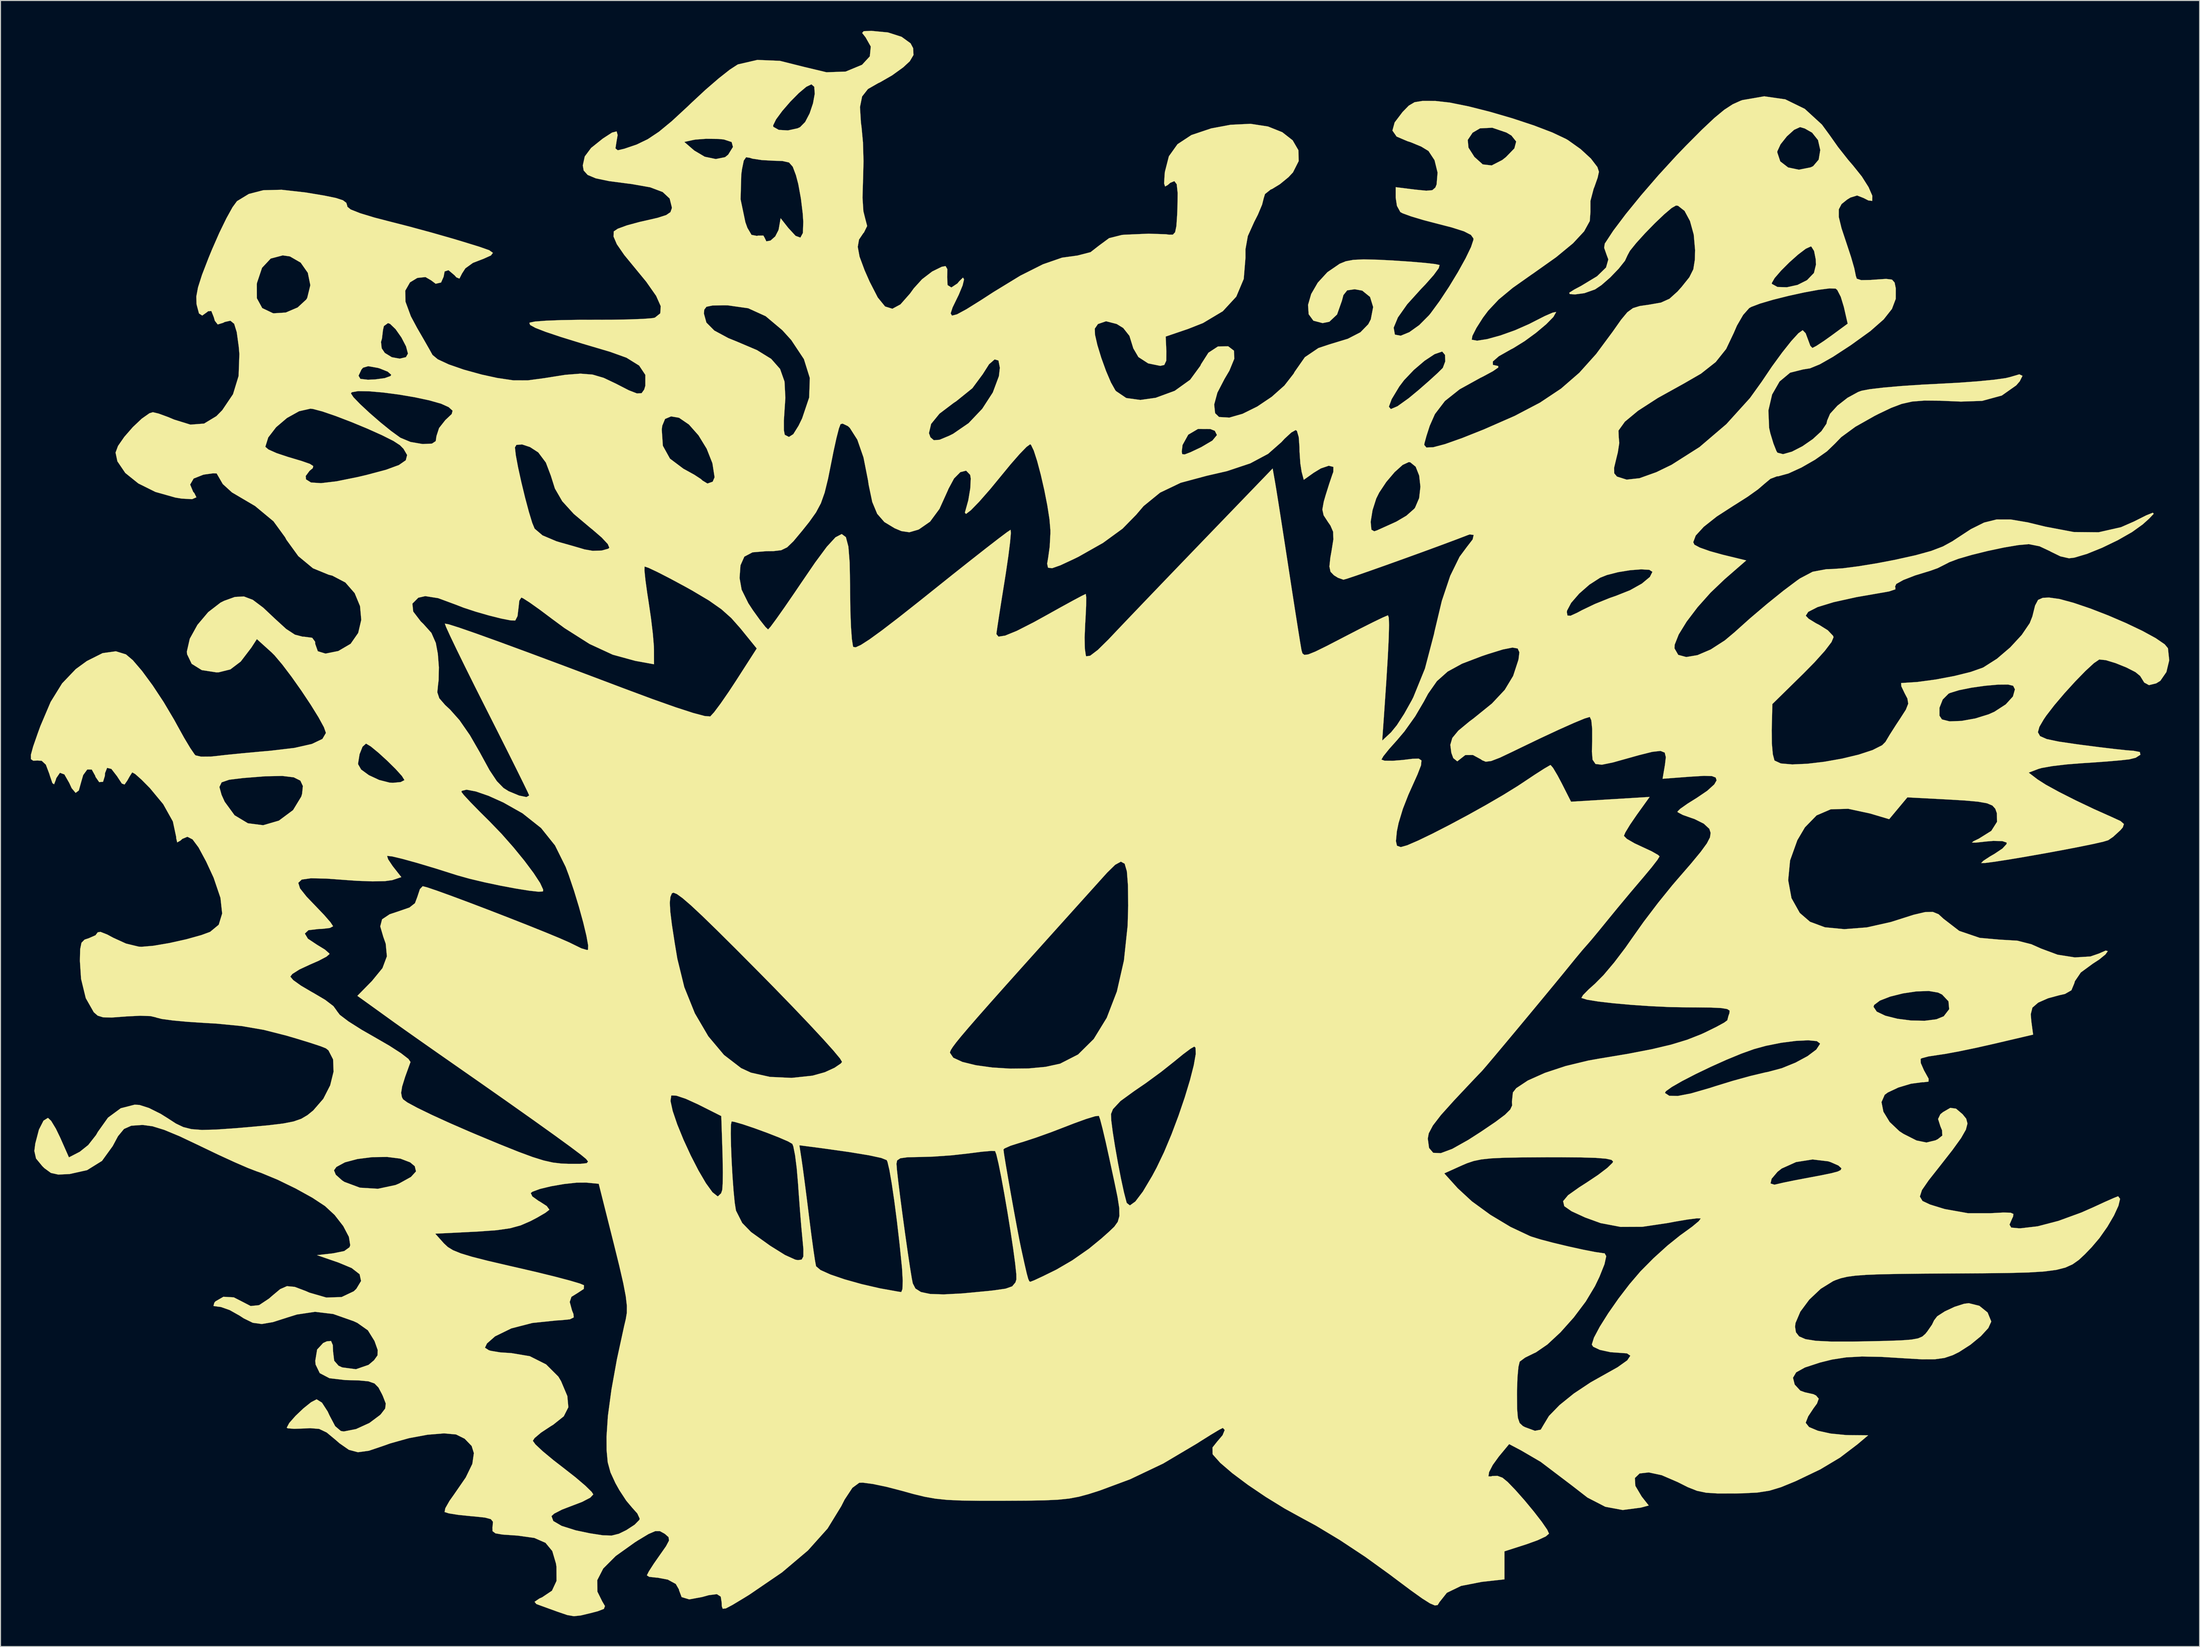
<source format=kicad_pcb>
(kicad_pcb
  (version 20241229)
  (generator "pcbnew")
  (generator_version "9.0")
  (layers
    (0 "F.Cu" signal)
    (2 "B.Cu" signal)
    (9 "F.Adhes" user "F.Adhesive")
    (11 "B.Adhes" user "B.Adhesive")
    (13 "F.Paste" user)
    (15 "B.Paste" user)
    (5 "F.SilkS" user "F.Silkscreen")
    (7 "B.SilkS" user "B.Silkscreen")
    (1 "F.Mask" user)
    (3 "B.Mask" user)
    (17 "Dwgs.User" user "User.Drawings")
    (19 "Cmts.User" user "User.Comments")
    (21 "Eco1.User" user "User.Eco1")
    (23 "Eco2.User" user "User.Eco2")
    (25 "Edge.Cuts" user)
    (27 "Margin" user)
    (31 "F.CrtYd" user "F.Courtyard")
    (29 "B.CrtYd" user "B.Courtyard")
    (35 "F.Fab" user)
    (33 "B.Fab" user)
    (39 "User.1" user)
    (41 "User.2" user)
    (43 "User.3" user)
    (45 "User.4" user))
  (footprint "gengar4"
    (layer "F.Cu")
    (at 102.574 78.322)
    (property "Reference" "gengar4" (at 0 0 0) (layer "F.SilkS") (effects (font (size 1.524 1.524) (thickness 0.3))))
    (attr through_hole)
    (fp_poly (pts (xy -17.765 -78.159) (xy -16.425 -77.728) (xy -15.539 -77.085) (xy -15.283 -76.605) (xy -15.249 -75.93) (xy -15.615 -75.309) (xy -16.261 -74.71) (xy -17.364 -73.913) (xy -18.548 -73.231) (xy -18.753 -73.135) (xy -19.754 -72.561) (xy -20.332 -71.824) (xy -20.544 -70.77) (xy -20.449 -69.242) (xy -20.388 -68.789) (xy -20.247 -67.264) (xy -20.194 -65.424) (xy -20.237 -63.653) (xy -20.242 -63.57) (xy -20.293 -61.806) (xy -20.206 -60.462) (xy -20.036 -59.779) (xy -19.833 -59.002) (xy -20.145 -58.366) (xy -20.229 -58.27) (xy -20.639 -57.658) (xy -20.764 -56.937) (xy -20.586 -55.969) (xy -20.084 -54.616) (xy -19.588 -53.49) (xy -18.784 -51.924) (xy -18.059 -51.034) (xy -17.337 -50.81) (xy -16.541 -51.239) (xy -15.596 -52.311) (xy -15.217 -52.834) (xy -14.406 -53.728) (xy -13.402 -54.497) (xy -12.453 -54.965) (xy -12.073 -55.033) (xy -11.902 -54.732) (xy -11.915 -54.005) (xy -11.919 -53.975) (xy -11.877 -53.151) (xy -11.502 -52.916) (xy -10.907 -53.311) (xy -10.722 -53.534) (xy -10.352 -53.896) (xy -10.246 -53.719) (xy -10.39 -53.116) (xy -10.771 -52.194) (xy -10.936 -51.858) (xy -11.383 -50.935) (xy -11.57 -50.355) (xy -11.443 -50.126) (xy -10.942 -50.259) (xy -10.01 -50.764) (xy -8.591 -51.649) (xy -7.336 -52.463) (xy -4.681 -54.085) (xy -2.44 -55.212) (xy -0.552 -55.868) (xy 0.986 -56.08) (xy 2.266 -56.411) (xy 3.103 -57.062) (xy 4.101 -57.798) (xy 5.368 -58.116) (xy 5.644 -58.139) (xy 8.011 -58.241) (xy 9.705 -58.185) (xy 10.054 -58.141) (xy 10.412 -58.145) (xy 10.633 -58.384) (xy 10.76 -58.997) (xy 10.836 -60.12) (xy 10.863 -60.766) (xy 10.885 -62.263) (xy 10.794 -63.132) (xy 10.56 -63.445) (xy 10.152 -63.274) (xy 9.905 -63.059) (xy 9.641 -62.911) (xy 9.545 -63.213) (xy 9.594 -64.075) (xy 9.624 -64.371) (xy 10.016 -65.902) (xy 10.87 -67.099) (xy 12.245 -68.005) (xy 14.201 -68.662) (xy 16.112 -69.02) (xy 18.091 -69.117) (xy 19.823 -68.851) (xy 21.238 -68.284) (xy 22.263 -67.483) (xy 22.829 -66.51) (xy 22.862 -65.43) (xy 22.294 -64.308) (xy 21.854 -63.836) (xy 21.002 -63.139) (xy 20.234 -62.669) (xy 20.09 -62.612) (xy 19.527 -62.164) (xy 19.403 -61.765) (xy 19.24 -61.115) (xy 18.823 -60.122) (xy 18.459 -59.407) (xy 17.828 -58.007) (xy 17.593 -56.688) (xy 17.595 -55.86) (xy 17.423 -53.761) (xy 16.685 -52.008) (xy 15.351 -50.564) (xy 13.393 -49.394) (xy 11.915 -48.811) (xy 9.701 -48.057) (xy 9.768 -46.606) (xy 9.758 -45.668) (xy 9.562 -45.246) (xy 9.167 -45.156) (xy 7.97 -45.4) (xy 7.001 -46.029) (xy 6.497 -46.891) (xy 6.497 -46.892) (xy 6.114 -48.128) (xy 5.498 -48.907) (xy 4.853 -49.303) (xy 3.802 -49.572) (xy 3 -49.297) (xy 2.689 -48.846) (xy 2.706 -48.254) (xy 2.942 -47.221) (xy 3.33 -45.951) (xy 3.801 -44.647) (xy 4.285 -43.512) (xy 4.714 -42.749) (xy 4.788 -42.658) (xy 5.8 -41.973) (xy 7.194 -41.783) (xy 8.713 -41.996) (xy 10.594 -42.686) (xy 12.119 -43.78) (xy 13.13 -45.161) (xy 13.203 -45.325) (xy 13.928 -46.458) (xy 14.873 -47.078) (xy 15.888 -47.092) (xy 16.453 -46.662) (xy 16.493 -45.87) (xy 16.003 -44.679) (xy 15.522 -43.864) (xy 14.816 -42.503) (xy 14.499 -41.329) (xy 14.591 -40.47) (xy 14.981 -40.094) (xy 15.995 -40.034) (xy 17.309 -40.412) (xy 18.725 -41.112) (xy 31.781 -41.112) (xy 31.976 -40.879) (xy 32.634 -41.16) (xy 33.743 -41.955) (xy 34.721 -42.765) (xy 35.763 -43.677) (xy 36.598 -44.439) (xy 37.079 -44.915) (xy 37.124 -44.97) (xy 37.361 -45.603) (xy 37.336 -46.243) (xy 37.067 -46.564) (xy 37.034 -46.567) (xy 36.305 -46.316) (xy 35.316 -45.662) (xy 34.249 -44.752) (xy 33.284 -43.737) (xy 32.812 -43.111) (xy 32.057 -41.857) (xy 31.781 -41.112) (xy 18.725 -41.112) (xy 18.762 -41.131) (xy 20.194 -42.095) (xy 21.444 -43.207) (xy 22.352 -44.373) (xy 22.463 -44.574) (xy 23.469 -46.013) (xy 24.807 -46.919) (xy 25.897 -47.283) (xy 27.723 -47.839) (xy 28.964 -48.479) (xy 29.74 -49.273) (xy 29.993 -49.758) (xy 30.227 -50.981) (xy 29.919 -51.98) (xy 29.147 -52.605) (xy 28.4 -52.74) (xy 27.657 -52.631) (xy 27.284 -52.162) (xy 27.135 -51.596) (xy 26.656 -50.242) (xy 25.895 -49.524) (xy 25.224 -49.389) (xy 24.313 -49.629) (xy 23.845 -50.269) (xy 23.784 -51.189) (xy 24.095 -52.268) (xy 24.744 -53.388) (xy 25.695 -54.426) (xy 26.915 -55.264) (xy 26.924 -55.268) (xy 27.519 -55.51) (xy 28.257 -55.65) (xy 29.288 -55.698) (xy 30.76 -55.661) (xy 32.249 -55.583) (xy 33.921 -55.471) (xy 35.336 -55.351) (xy 36.346 -55.236) (xy 36.8 -55.141) (xy 36.712 -54.824) (xy 36.212 -54.141) (xy 35.395 -53.216) (xy 34.98 -52.786) (xy 33.593 -51.251) (xy 32.674 -49.948) (xy 32.256 -48.937) (xy 32.372 -48.276) (xy 32.402 -48.243) (xy 32.957 -48.142) (xy 33.804 -48.491) (xy 34.786 -49.193) (xy 35.744 -50.156) (xy 35.902 -50.348) (xy 36.802 -51.574) (xy 37.735 -52.988) (xy 38.619 -54.446) (xy 39.371 -55.803) (xy 39.908 -56.916) (xy 40.149 -57.641) (xy 40.15 -57.767) (xy 39.897 -58.122) (xy 39.213 -58.473) (xy 38.001 -58.859) (xy 36.703 -59.194) (xy 35.218 -59.581) (xy 33.97 -59.956) (xy 33.135 -60.262) (xy 32.914 -60.383) (xy 32.58 -60.991) (xy 32.456 -61.805) (xy 32.456 -62.845) (xy 34.361 -62.607) (xy 35.471 -62.495) (xy 36.079 -62.547) (xy 36.38 -62.809) (xy 36.504 -63.119) (xy 36.6 -64.29) (xy 36.299 -65.517) (xy 35.699 -66.427) (xy 34.989 -66.859) (xy 33.947 -67.291) (xy 33.602 -67.402) (xy 33.329 -67.519) (xy 39.583 -67.519) (xy 39.659 -66.754) (xy 40.242 -65.841) (xy 41.069 -65.099) (xy 41.949 -64.995) (xy 42.992 -65.53) (xy 43.365 -65.824) (xy 44.197 -66.683) (xy 44.377 -67.364) (xy 43.906 -67.956) (xy 43.409 -68.253) (xy 42.013 -68.728) (xy 40.799 -68.668) (xy 40.065 -68.237) (xy 39.583 -67.519) (xy 33.329 -67.519) (xy 32.546 -67.855) (xy 32.133 -68.448) (xy 32.352 -69.253) (xy 33.134 -70.285) (xy 33.752 -70.917) (xy 34.325 -71.255) (xy 35.099 -71.382) (xy 36.319 -71.379) (xy 36.397 -71.377) (xy 37.8 -71.22) (xy 39.659 -70.845) (xy 41.789 -70.306) (xy 44.004 -69.659) (xy 46.12 -68.959) (xy 47.949 -68.26) (xy 49.307 -67.618) (xy 49.506 -67.5) (xy 50.753 -66.613) (xy 51.768 -65.678) (xy 52.411 -64.838) (xy 52.564 -64.37) (xy 52.436 -63.781) (xy 52.119 -62.879) (xy 52.039 -62.683) (xy 51.723 -61.482) (xy 51.722 -60.388) (xy 51.657 -59.487) (xy 51.095 -58.468) (xy 49.999 -57.289) (xy 48.331 -55.913) (xy 46.055 -54.299) (xy 45.903 -54.197) (xy 44.032 -52.876) (xy 42.649 -51.728) (xy 41.607 -50.619) (xy 41.086 -49.922) (xy 40.443 -48.91) (xy 40.045 -48.128) (xy 39.979 -47.745) (xy 40.509 -47.649) (xy 41.508 -47.805) (xy 42.811 -48.165) (xy 44.25 -48.678) (xy 45.656 -49.297) (xy 46.126 -49.538) (xy 47.201 -50.085) (xy 47.986 -50.425) (xy 48.327 -50.493) (xy 48.331 -50.48) (xy 48.057 -49.998) (xy 47.342 -49.272) (xy 46.342 -48.431) (xy 45.213 -47.604) (xy 44.113 -46.921) (xy 43.833 -46.774) (xy 42.665 -46.112) (xy 42.069 -45.592) (xy 42.073 -45.255) (xy 42.598 -45.14) (xy 42.608 -44.997) (xy 42.083 -44.632) (xy 41.132 -44.117) (xy 40.83 -43.968) (xy 38.786 -42.838) (xy 37.326 -41.679) (xy 36.337 -40.383) (xy 35.823 -39.221) (xy 35.501 -38.221) (xy 35.305 -37.504) (xy 35.278 -37.332) (xy 35.491 -37.077) (xy 36.16 -37.099) (xy 37.328 -37.408) (xy 39.04 -38.015) (xy 41.17 -38.863) (xy 44.228 -40.204) (xy 46.73 -41.516) (xy 48.815 -42.905) (xy 50.62 -44.473) (xy 52.284 -46.327) (xy 53.916 -48.53) (xy 54.756 -49.723) (xy 55.37 -50.461) (xy 55.93 -50.872) (xy 56.606 -51.082) (xy 57.515 -51.212) (xy 58.707 -51.422) (xy 59.544 -51.8) (xy 60.337 -52.516) (xy 60.747 -52.976) (xy 61.05 -53.355) (xy 69.663 -53.355) (xy 69.671 -53.273) (xy 70.229 -52.964) (xy 71.163 -52.939) (xy 72.213 -53.169) (xy 73.124 -53.626) (xy 73.173 -53.663) (xy 73.835 -54.352) (xy 74.035 -55.178) (xy 74.014 -55.691) (xy 73.849 -56.527) (xy 73.579 -56.958) (xy 73.516 -56.974) (xy 73.028 -56.75) (xy 72.273 -56.177) (xy 71.405 -55.403) (xy 70.578 -54.576) (xy 69.946 -53.844) (xy 69.663 -53.355) (xy 61.05 -53.355) (xy 61.504 -53.922) (xy 61.901 -54.715) (xy 62.054 -55.671) (xy 62.077 -56.621) (xy 61.943 -58.149) (xy 61.572 -59.494) (xy 61.033 -60.498) (xy 60.392 -61.001) (xy 60.194 -61.031) (xy 59.762 -60.786) (xy 59.011 -60.148) (xy 58.082 -59.261) (xy 57.116 -58.269) (xy 56.251 -57.314) (xy 55.628 -56.541) (xy 55.386 -56.093) (xy 55.386 -56.091) (xy 55.139 -55.558) (xy 54.511 -54.769) (xy 53.677 -53.904) (xy 52.81 -53.147) (xy 52.176 -52.722) (xy 51.121 -52.35) (xy 50.2 -52.228) (xy 49.674 -52.263) (xy 49.628 -52.397) (xy 50.117 -52.709) (xy 50.8 -53.072) (xy 52.374 -54.024) (xy 53.266 -54.891) (xy 53.493 -55.692) (xy 53.33 -56.126) (xy 53.08 -56.841) (xy 53.138 -57.253) (xy 53.979 -58.534) (xy 55.217 -60.177) (xy 56.744 -62.052) (xy 58.45 -64.026) (xy 60.229 -65.969) (xy 60.547 -66.299) (xy 70.203 -66.299) (xy 70.504 -65.395) (xy 71.282 -64.795) (xy 72.346 -64.574) (xy 73.506 -64.805) (xy 73.754 -64.924) (xy 74.303 -65.569) (xy 74.461 -66.522) (xy 74.236 -67.508) (xy 73.652 -68.242) (xy 72.925 -68.655) (xy 72.465 -68.792) (xy 71.875 -68.523) (xy 71.158 -67.875) (xy 70.531 -67.085) (xy 70.211 -66.393) (xy 70.203 -66.299) (xy 60.547 -66.299) (xy 61.154 -66.931) (xy 62.753 -68.537) (xy 63.989 -69.701) (xy 64.968 -70.51) (xy 65.794 -71.048) (xy 66.574 -71.401) (xy 66.76 -71.466) (xy 68.918 -71.839) (xy 71.001 -71.538) (xy 72.928 -70.596) (xy 74.622 -69.043) (xy 75.386 -68.001) (xy 76.217 -66.822) (xy 77.227 -65.542) (xy 77.696 -64.997) (xy 78.572 -63.902) (xy 79.239 -62.847) (xy 79.612 -61.991) (xy 79.604 -61.495) (xy 79.596 -61.486) (xy 79.22 -61.53) (xy 78.738 -61.775) (xy 78.107 -62.021) (xy 77.449 -61.819) (xy 77.117 -61.615) (xy 76.567 -61.172) (xy 76.293 -60.648) (xy 76.292 -59.898) (xy 76.564 -58.779) (xy 77.082 -57.218) (xy 77.51 -55.919) (xy 77.824 -54.827) (xy 77.962 -54.158) (xy 77.964 -54.114) (xy 78.074 -53.784) (xy 78.51 -53.644) (xy 79.432 -53.66) (xy 79.873 -53.693) (xy 80.973 -53.766) (xy 81.558 -53.695) (xy 81.816 -53.403) (xy 81.933 -52.829) (xy 81.929 -51.788) (xy 81.552 -50.792) (xy 80.736 -49.757) (xy 79.415 -48.597) (xy 77.52 -47.231) (xy 77.452 -47.184) (xy 75.711 -46.047) (xy 74.41 -45.307) (xy 73.442 -44.91) (xy 72.761 -44.803) (xy 71.48 -44.482) (xy 70.435 -43.61) (xy 69.695 -42.318) (xy 69.328 -40.741) (xy 69.401 -39.011) (xy 69.52 -38.482) (xy 69.832 -37.459) (xy 70.121 -36.729) (xy 70.222 -36.563) (xy 70.778 -36.416) (xy 71.659 -36.665) (xy 72.698 -37.2) (xy 73.726 -37.911) (xy 74.574 -38.691) (xy 75.074 -39.431) (xy 75.142 -39.742) (xy 75.429 -40.414) (xy 76.164 -41.22) (xy 77.155 -41.995) (xy 78.212 -42.573) (xy 78.543 -42.693) (xy 79.344 -42.845) (xy 80.703 -43.006) (xy 82.47 -43.161) (xy 84.496 -43.297) (xy 86.078 -43.377) (xy 88.168 -43.489) (xy 90.078 -43.63) (xy 91.668 -43.786) (xy 92.799 -43.944) (xy 93.27 -44.059) (xy 94.155 -44.319) (xy 94.468 -44.169) (xy 94.195 -43.626) (xy 93.847 -43.224) (xy 92.42 -42.219) (xy 90.478 -41.69) (xy 88.372 -41.619) (xy 86.301 -41.707) (xy 84.756 -41.719) (xy 83.556 -41.624) (xy 82.522 -41.393) (xy 81.476 -40.997) (xy 80.238 -40.406) (xy 79.851 -40.21) (xy 77.936 -39.129) (xy 76.531 -38.099) (xy 75.914 -37.459) (xy 75.123 -36.696) (xy 73.947 -35.867) (xy 72.607 -35.097) (xy 71.323 -34.509) (xy 70.314 -34.228) (xy 70.169 -34.22) (xy 69.531 -33.975) (xy 68.935 -33.478) (xy 68.304 -32.934) (xy 67.271 -32.198) (xy 66.05 -31.421) (xy 65.946 -31.359) (xy 64.225 -30.247) (xy 62.937 -29.228) (xy 62.14 -28.361) (xy 61.893 -27.703) (xy 62.008 -27.456) (xy 62.543 -27.17) (xy 63.548 -26.813) (xy 64.777 -26.472) (xy 67.138 -25.897) (xy 65.002 -24.039) (xy 63.608 -22.708) (xy 62.323 -21.266) (xy 61.242 -19.842) (xy 60.456 -18.565) (xy 60.059 -17.561) (xy 60.036 -17.196) (xy 60.409 -16.549) (xy 61.204 -16.335) (xy 62.311 -16.521) (xy 63.619 -17.08) (xy 65.017 -17.981) (xy 65.971 -18.782) (xy 67.507 -20.16) (xy 69.185 -21.585) (xy 70.806 -22.893) (xy 72.171 -23.918) (xy 72.457 -24.117) (xy 73.71 -24.778) (xy 75.075 -25.032) (xy 75.636 -25.047) (xy 76.7 -25.12) (xy 78.24 -25.319) (xy 80.048 -25.613) (xy 81.818 -25.952) (xy 83.893 -26.412) (xy 85.43 -26.836) (xy 86.592 -27.28) (xy 87.539 -27.798) (xy 87.811 -27.98) (xy 89.363 -28.995) (xy 90.668 -29.645) (xy 91.914 -29.955) (xy 93.292 -29.952) (xy 94.991 -29.664) (xy 96.727 -29.242) (xy 99.546 -28.708) (xy 101.998 -28.686) (xy 104.208 -29.186) (xy 105.478 -29.742) (xy 106.715 -30.362) (xy 107.364 -30.621) (xy 107.448 -30.512) (xy 106.99 -30.028) (xy 106.359 -29.462) (xy 105.308 -28.705) (xy 103.904 -27.904) (xy 102.35 -27.153) (xy 100.851 -26.545) (xy 99.611 -26.176) (xy 99.067 -26.108) (xy 98.214 -26.302) (xy 97.252 -26.771) (xy 97.19 -26.811) (xy 96.152 -27.298) (xy 95.104 -27.507) (xy 95.074 -27.507) (xy 94.047 -27.413) (xy 92.631 -27.174) (xy 91.034 -26.835) (xy 89.46 -26.446) (xy 88.117 -26.056) (xy 87.208 -25.711) (xy 87.064 -25.632) (xy 86.078 -25.133) (xy 85.372 -24.879) (xy 83.842 -24.411) (xy 82.677 -23.958) (xy 81.979 -23.568) (xy 81.85 -23.287) (xy 81.889 -23.256) (xy 81.893 -23.036) (xy 81.266 -22.828) (xy 80.938 -22.768) (xy 78.046 -22.265) (xy 75.793 -21.767) (xy 74.194 -21.278) (xy 73.269 -20.805) (xy 73.025 -20.425) (xy 73.312 -20.125) (xy 74.03 -19.683) (xy 74.348 -19.52) (xy 75.203 -18.985) (xy 75.722 -18.441) (xy 75.776 -18.301) (xy 75.573 -17.816) (xy 74.916 -16.952) (xy 73.877 -15.796) (xy 72.801 -14.704) (xy 69.721 -11.678) (xy 69.658 -9.102) (xy 69.672 -7.778) (xy 69.768 -6.707) (xy 69.927 -6.107) (xy 69.942 -6.085) (xy 70.557 -5.801) (xy 71.689 -5.704) (xy 73.18 -5.77) (xy 74.876 -5.971) (xy 76.62 -6.281) (xy 78.256 -6.674) (xy 79.629 -7.124) (xy 80.581 -7.604) (xy 80.911 -7.938) (xy 81.326 -8.637) (xy 81.96 -9.632) (xy 82.335 -10.199) (xy 82.549 -10.532) (xy 86.252 -10.532) (xy 86.498 -10.159) (xy 87.255 -9.967) (xy 88.433 -10.011) (xy 89.801 -10.256) (xy 91.127 -10.668) (xy 91.686 -10.918) (xy 92.813 -11.649) (xy 93.521 -12.429) (xy 93.72 -13.135) (xy 93.543 -13.49) (xy 93.038 -13.611) (xy 92.048 -13.603) (xy 90.777 -13.491) (xy 89.426 -13.3) (xy 88.199 -13.054) (xy 87.3 -12.778) (xy 87.15 -12.707) (xy 86.576 -12.129) (xy 86.252 -11.308) (xy 86.252 -10.532) (xy 82.549 -10.532) (xy 82.93 -11.126) (xy 83.164 -11.72) (xy 83.083 -12.224) (xy 82.805 -12.756) (xy 82.483 -13.431) (xy 82.457 -13.756) (xy 82.478 -13.761) (xy 84.058 -13.864) (xy 85.882 -14.11) (xy 87.719 -14.457) (xy 89.339 -14.858) (xy 90.513 -15.272) (xy 90.615 -15.321) (xy 91.94 -16.165) (xy 93.253 -17.288) (xy 94.389 -18.519) (xy 95.183 -19.688) (xy 95.444 -20.352) (xy 95.713 -21.432) (xy 96.008 -21.99) (xy 96.478 -22.196) (xy 97.091 -22.224) (xy 98.112 -22.083) (xy 99.521 -21.702) (xy 101.182 -21.138) (xy 102.961 -20.448) (xy 104.721 -19.691) (xy 106.328 -18.925) (xy 107.644 -18.206) (xy 108.536 -17.594) (xy 108.857 -17.207) (xy 108.984 -16.011) (xy 108.705 -14.85) (xy 108.106 -13.981) (xy 107.696 -13.729) (xy 106.981 -13.552) (xy 106.511 -13.809) (xy 106.104 -14.464) (xy 105.64 -14.844) (xy 104.75 -15.299) (xy 103.689 -15.727) (xy 102.713 -16.024) (xy 102.077 -16.09) (xy 102.053 -16.083) (xy 101.534 -15.729) (xy 100.702 -14.961) (xy 99.686 -13.919) (xy 98.615 -12.741) (xy 97.617 -11.565) (xy 96.819 -10.53) (xy 96.565 -10.155) (xy 96.137 -9.421) (xy 95.991 -8.889) (xy 96.207 -8.505) (xy 96.866 -8.215) (xy 98.048 -7.966) (xy 99.832 -7.704) (xy 100.325 -7.638) (xy 102.068 -7.414) (xy 103.61 -7.229) (xy 104.785 -7.104) (xy 105.431 -7.056) (xy 105.441 -7.056) (xy 106.078 -6.935) (xy 106.132 -6.661) (xy 105.663 -6.363) (xy 105.04 -6.208) (xy 104.183 -6.111) (xy 102.848 -5.996) (xy 101.261 -5.882) (xy 100.459 -5.832) (xy 98.857 -5.707) (xy 97.424 -5.538) (xy 96.373 -5.353) (xy 96.053 -5.262) (xy 95.082 -4.892) (xy 95.96 -4.22) (xy 96.781 -3.695) (xy 98.092 -2.977) (xy 99.732 -2.147) (xy 101.54 -1.286) (xy 103.271 -0.512) (xy 104.163 -0.102) (xy 104.502 0.194) (xy 104.392 0.528) (xy 104.157 0.804) (xy 103.438 1.463) (xy 102.943 1.801) (xy 102.443 1.951) (xy 101.413 2.184) (xy 99.988 2.474) (xy 98.305 2.797) (xy 96.5 3.128) (xy 94.707 3.444) (xy 93.062 3.72) (xy 91.702 3.931) (xy 90.761 4.053) (xy 90.376 4.061) (xy 90.376 4.061) (xy 90.585 3.843) (xy 91.24 3.413) (xy 91.685 3.154) (xy 92.483 2.621) (xy 92.895 2.175) (xy 92.905 2.032) (xy 92.469 1.886) (xy 91.573 1.867) (xy 90.89 1.923) (xy 89.863 2.036) (xy 89.464 2.035) (xy 89.622 1.896) (xy 90.135 1.652) (xy 91.379 0.875) (xy 91.949 -0.023) (xy 91.933 -0.872) (xy 91.776 -1.316) (xy 91.489 -1.635) (xy 90.958 -1.858) (xy 90.071 -2.015) (xy 88.714 -2.136) (xy 86.772 -2.25) (xy 86.607 -2.258) (xy 83.079 -2.443) (xy 82.178 -1.364) (xy 81.278 -0.284) (xy 79.38 -0.848) (xy 77.225 -1.312) (xy 75.494 -1.261) (xy 74.097 -0.659) (xy 72.943 0.525) (xy 72.192 1.798) (xy 71.473 3.805) (xy 71.286 5.758) (xy 71.613 7.531) (xy 72.434 8.996) (xy 73.445 9.869) (xy 74.919 10.417) (xy 76.844 10.602) (xy 79.067 10.428) (xy 81.436 9.897) (xy 82.054 9.701) (xy 83.693 9.179) (xy 84.825 8.912) (xy 85.599 8.895) (xy 86.165 9.125) (xy 86.64 9.563) (xy 88.207 10.772) (xy 90.243 11.465) (xy 92.249 11.642) (xy 93.953 11.742) (xy 95.345 12.095) (xy 96.308 12.524) (xy 97.943 13.131) (xy 99.647 13.399) (xy 101.179 13.307) (xy 102.006 13.024) (xy 102.702 12.721) (xy 102.907 12.779) (xy 102.673 13.106) (xy 102.052 13.612) (xy 101.444 14.006) (xy 100.237 14.891) (xy 99.65 15.756) (xy 99.596 15.955) (xy 99.307 16.652) (xy 98.667 17.019) (xy 98.118 17.141) (xy 96.997 17.444) (xy 96.038 17.868) (xy 96.002 17.89) (xy 95.448 18.372) (xy 95.285 19.028) (xy 95.343 19.729) (xy 95.519 21.042) (xy 91.592 21.963) (xy 89.842 22.357) (xy 88.183 22.701) (xy 86.829 22.952) (xy 86.137 23.054) (xy 85.153 23.204) (xy 84.498 23.38) (xy 84.391 23.441) (xy 84.406 23.856) (xy 84.727 24.589) (xy 84.793 24.705) (xy 85.183 25.41) (xy 85.17 25.696) (xy 84.714 25.752) (xy 84.563 25.753) (xy 83.436 25.903) (xy 82.185 26.279) (xy 81.146 26.768) (xy 80.835 26.998) (xy 80.518 27.722) (xy 80.707 28.674) (xy 81.325 29.689) (xy 82.291 30.604) (xy 82.697 30.869) (xy 83.984 31.52) (xy 84.967 31.721) (xy 85.855 31.507) (xy 86.09 31.39) (xy 86.535 31.034) (xy 86.511 30.517) (xy 86.346 30.117) (xy 86.115 29.393) (xy 86.341 28.924) (xy 86.6 28.713) (xy 87.327 28.29) (xy 87.895 28.371) (xy 88.539 28.919) (xy 88.899 29.364) (xy 89.024 29.84) (xy 88.868 30.448) (xy 88.388 31.289) (xy 87.538 32.466) (xy 86.293 34.059) (xy 85.185 35.464) (xy 84.521 36.429) (xy 84.313 37.071) (xy 84.575 37.508) (xy 85.321 37.86) (xy 86.565 38.245) (xy 86.783 38.309) (xy 89.088 38.721) (xy 91.265 38.721) (xy 92.567 38.652) (xy 93.294 38.669) (xy 93.573 38.798) (xy 93.531 39.068) (xy 93.47 39.189) (xy 93.182 39.849) (xy 93.351 40.142) (xy 94.089 40.212) (xy 94.28 40.212) (xy 95.958 40.017) (xy 98.025 39.478) (xy 100.289 38.651) (xy 101.47 38.13) (xy 102.619 37.6) (xy 103.493 37.213) (xy 103.92 37.044) (xy 103.933 37.042) (xy 104.123 37.3) (xy 103.961 37.982) (xy 103.517 38.95) (xy 102.864 40.065) (xy 102.075 41.188) (xy 101.301 42.098) (xy 100.631 42.793) (xy 100.035 43.348) (xy 99.424 43.778) (xy 98.713 44.101) (xy 97.814 44.331) (xy 96.64 44.486) (xy 95.105 44.583) (xy 93.121 44.637) (xy 90.601 44.666) (xy 87.61 44.684) (xy 84.61 44.703) (xy 82.228 44.73) (xy 80.376 44.768) (xy 78.965 44.824) (xy 77.908 44.904) (xy 77.117 45.013) (xy 76.503 45.156) (xy 75.98 45.34) (xy 75.728 45.447) (xy 74.506 46.204) (xy 73.373 47.274) (xy 72.488 48.467) (xy 72.009 49.593) (xy 71.967 49.959) (xy 72.052 50.507) (xy 72.365 50.91) (xy 72.993 51.185) (xy 74.023 51.35) (xy 75.541 51.424) (xy 77.635 51.425) (xy 78.862 51.405) (xy 80.949 51.36) (xy 82.447 51.307) (xy 83.471 51.23) (xy 84.137 51.108) (xy 84.56 50.925) (xy 84.858 50.661) (xy 85.044 50.431) (xy 85.515 49.752) (xy 85.717 49.33) (xy 85.717 49.329) (xy 86.028 48.923) (xy 86.782 48.436) (xy 87.747 47.985) (xy 88.687 47.684) (xy 89.152 47.625) (xy 90.199 47.886) (xy 91.014 48.544) (xy 91.368 49.408) (xy 91.369 49.468) (xy 91.086 50.088) (xy 90.348 50.893) (xy 89.324 51.735) (xy 88.183 52.469) (xy 87.564 52.774) (xy 86.75 53.047) (xy 85.796 53.179) (xy 84.51 53.183) (xy 82.903 53.089) (xy 80.478 52.94) (xy 78.574 52.905) (xy 77.015 52.991) (xy 75.624 53.207) (xy 74.436 53.502) (xy 72.942 53.992) (xy 72.075 54.473) (xy 71.761 55.009) (xy 71.927 55.665) (xy 71.945 55.698) (xy 72.487 56.284) (xy 72.949 56.45) (xy 73.78 56.634) (xy 74.048 56.768) (xy 74.309 57.08) (xy 74.136 57.562) (xy 73.783 58.045) (xy 73.267 58.827) (xy 73.027 59.437) (xy 73.025 59.474) (xy 73.351 59.886) (xy 74.225 60.253) (xy 75.489 60.531) (xy 76.984 60.677) (xy 77.435 60.688) (xy 79.199 60.703) (xy 78.14 61.598) (xy 76.409 62.914) (xy 74.466 64.076) (xy 72.076 65.221) (xy 71.94 65.281) (xy 70.571 65.842) (xy 69.429 66.188) (xy 68.241 66.372) (xy 66.736 66.449) (xy 65.949 66.461) (xy 64.325 66.462) (xy 63.174 66.39) (xy 62.263 66.198) (xy 61.357 65.839) (xy 60.351 65.333) (xy 58.773 64.653) (xy 57.494 64.378) (xy 56.585 64.481) (xy 56.119 64.933) (xy 56.165 65.705) (xy 56.792 66.764) (xy 57.492 67.654) (xy 56.703 67.865) (xy 54.915 68.099) (xy 53.194 67.779) (xy 51.427 66.867) (xy 49.869 65.658) (xy 46.796 63.328) (xy 44.859 62.197) (xy 43.681 61.575) (xy 42.664 62.802) (xy 42.058 63.641) (xy 41.697 64.343) (xy 41.631 64.769) (xy 41.912 64.775) (xy 41.973 64.739) (xy 42.526 64.718) (xy 43.022 64.902) (xy 43.535 65.324) (xy 44.305 66.122) (xy 45.208 67.144) (xy 46.116 68.241) (xy 46.905 69.26) (xy 47.449 70.05) (xy 47.625 70.438) (xy 47.316 70.708) (xy 46.506 71.089) (xy 45.42 71.482) (xy 43.215 72.191) (xy 43.215 74.964) (xy 40.975 75.212) (xy 38.925 75.613) (xy 37.52 76.293) (xy 36.762 77.249) (xy 36.746 77.291) (xy 36.6 77.512) (xy 36.329 77.545) (xy 35.852 77.344) (xy 35.087 76.86) (xy 33.951 76.048) (xy 32.363 74.86) (xy 31.861 74.481) (xy 29.439 72.731) (xy 26.925 71.067) (xy 24.553 69.639) (xy 23.298 68.96) (xy 21.46 67.949) (xy 19.593 66.799) (xy 17.826 65.602) (xy 16.284 64.448) (xy 15.096 63.428) (xy 14.39 62.635) (xy 14.341 62.556) (xy 14.33 61.911) (xy 14.782 61.34) (xy 15.327 60.699) (xy 15.541 60.178) (xy 15.357 59.972) (xy 15.004 60.15) (xy 14.213 60.623) (xy 13.135 61.299) (xy 12.799 61.515) (xy 9.45 63.501) (xy 6.178 65.058) (xy 3.175 66.174) (xy 2.07 66.527) (xy 1.113 66.785) (xy 0.16 66.964) (xy -0.932 67.078) (xy -2.307 67.143) (xy -4.107 67.174) (xy -6.35 67.185) (xy -8.707 67.185) (xy -10.51 67.161) (xy -11.914 67.097) (xy -13.071 66.978) (xy -14.133 66.79) (xy -15.254 66.518) (xy -16.368 66.208) (xy -17.914 65.806) (xy -19.274 65.522) (xy -20.262 65.391) (xy -20.619 65.404) (xy -21.295 65.904) (xy -22.065 67.07) (xy -22.399 67.729) (xy -23.749 69.932) (xy -25.69 72.102) (xy -28.256 74.273) (xy -31.484 76.478) (xy -32.038 76.82) (xy -33.163 77.498) (xy -33.814 77.84) (xy -34.121 77.874) (xy -34.213 77.631) (xy -34.219 77.317) (xy -34.316 76.675) (xy -34.699 76.428) (xy -35.511 76.531) (xy -36.164 76.713) (xy -37.434 76.947) (xy -38.188 76.719) (xy -38.452 76.022) (xy -38.453 75.965) (xy -38.768 75.418) (xy -39.56 74.987) (xy -40.604 74.791) (xy -40.723 74.789) (xy -41.397 74.714) (xy -41.628 74.566) (xy -41.437 74.183) (xy -40.944 73.415) (xy -40.403 72.639) (xy -39.734 71.685) (xy -39.438 71.127) (xy -39.478 70.787) (xy -39.813 70.49) (xy -39.909 70.423) (xy -40.34 70.19) (xy -40.801 70.191) (xy -41.461 70.475) (xy -42.493 71.096) (xy -42.809 71.297) (xy -44.707 72.652) (xy -45.943 73.889) (xy -46.539 75.05) (xy -46.522 76.178) (xy -46.045 77.14) (xy -45.773 77.606) (xy -45.879 77.888) (xy -46.484 78.12) (xy -47.084 78.277) (xy -48.145 78.533) (xy -48.844 78.611) (xy -49.506 78.496) (xy -50.455 78.172) (xy -50.624 78.111) (xy -51.638 77.744) (xy -52.425 77.456) (xy -52.564 77.404) (xy -52.738 77.184) (xy -52.267 76.863) (xy -51.98 76.734) (xy -51.017 76.087) (xy -50.564 75.116) (xy -50.573 73.705) (xy -50.621 73.394) (xy -50.984 72.161) (xy -51.658 71.345) (xy -52.763 70.863) (xy -54.421 70.631) (xy -54.651 70.617) (xy -55.911 70.53) (xy -56.611 70.408) (xy -56.895 70.191) (xy -56.909 69.818) (xy -56.886 69.688) (xy -56.856 69.26) (xy -57.066 69.002) (xy -57.661 68.846) (xy -58.787 68.729) (xy -59.079 68.705) (xy -60.302 68.579) (xy -61.225 68.431) (xy -61.641 68.299) (xy -61.569 67.923) (xy -61.151 67.188) (xy -60.723 66.584) (xy -59.547 64.879) (xy -58.895 63.533) (xy -58.742 62.469) (xy -58.961 61.762) (xy -59.651 61.045) (xy -60.5 60.622) (xy -61.693 60.513) (xy -63.32 60.646) (xy -65.165 60.988) (xy -67.012 61.505) (xy -67.649 61.732) (xy -69.133 62.235) (xy -70.214 62.379) (xy -71.109 62.141) (xy -72.038 61.493) (xy -72.401 61.175) (xy -73.306 60.425) (xy -74.048 60.071) (xy -74.945 59.998) (xy -75.531 60.029) (xy -76.524 60.062) (xy -77.148 60.014) (xy -77.259 59.953) (xy -77.008 59.485) (xy -76.39 58.783) (xy -75.604 58.035) (xy -74.847 57.429) (xy -74.319 57.152) (xy -74.288 57.15) (xy -73.771 57.472) (xy -73.204 58.35) (xy -73.025 58.737) (xy -72.463 59.801) (xy -71.906 60.275) (xy -71.615 60.325) (xy -70.4 60.087) (xy -69.082 59.486) (xy -68.019 58.691) (xy -67.936 58.602) (xy -67.517 58.055) (xy -67.457 57.565) (xy -67.744 56.821) (xy -67.842 56.613) (xy -68.185 55.968) (xy -68.573 55.572) (xy -69.177 55.36) (xy -70.167 55.269) (xy -71.474 55.236) (xy -73.029 55.054) (xy -73.99 54.55) (xy -74.405 53.691) (xy -74.431 53.314) (xy -74.25 52.215) (xy -73.653 51.568) (xy -73.29 51.403) (xy -72.873 51.364) (xy -72.699 51.77) (xy -72.672 52.407) (xy -72.562 53.32) (xy -72.13 53.816) (xy -71.766 53.984) (xy -70.414 54.163) (xy -69.161 53.731) (xy -68.621 53.275) (xy -68.274 52.79) (xy -68.253 52.27) (xy -68.552 51.426) (xy -68.583 51.352) (xy -69.229 50.311) (xy -70.271 49.577) (xy -70.632 49.409) (xy -72.663 48.695) (xy -74.456 48.48) (xy -76.255 48.749) (xy -77.104 49.014) (xy -78.629 49.502) (xy -79.727 49.688) (xy -80.614 49.567) (xy -81.505 49.131) (xy -81.92 48.86) (xy -82.897 48.31) (xy -83.771 48.002) (xy -83.986 47.978) (xy -84.508 47.903) (xy -84.42 47.583) (xy -84.314 47.449) (xy -83.521 46.991) (xy -82.499 47.047) (xy -81.689 47.46) (xy -80.826 47.908) (xy -79.989 47.82) (xy -79.004 47.165) (xy -78.726 46.919) (xy -77.909 46.236) (xy -77.236 45.94) (xy -76.47 46.01) (xy -75.373 46.424) (xy -75.011 46.583) (xy -73.338 47.067) (xy -71.827 47.018) (xy -70.625 46.448) (xy -70.371 46.205) (xy -69.902 45.428) (xy -70.047 44.758) (xy -70.835 44.146) (xy -72.143 43.602) (xy -74.26 42.871) (xy -72.675 42.691) (xy -71.574 42.469) (xy -71.049 42.093) (xy -70.973 41.889) (xy -71.106 41.06) (xy -71.271 40.746) (xy -62.563 40.746) (xy -61.709 41.702) (xy -61.321 42.065) (xy -60.797 42.385) (xy -60.031 42.696) (xy -58.918 43.034) (xy -57.353 43.433) (xy -55.231 43.928) (xy -54.515 44.091) (xy -52.482 44.563) (xy -50.683 45.006) (xy -49.233 45.39) (xy -48.248 45.683) (xy -47.846 45.851) (xy -47.869 46.217) (xy -48.477 46.617) (xy -49.089 46.997) (xy -49.26 47.505) (xy -49.029 48.353) (xy -48.886 48.708) (xy -48.867 49.038) (xy -49.248 49.224) (xy -50.162 49.316) (xy -50.522 49.332) (xy -52.959 49.585) (xy -55.039 50.123) (xy -56.643 50.907) (xy -57.446 51.613) (xy -57.646 52.033) (xy -57.254 52.286) (xy -57.069 52.34) (xy -56.147 52.494) (xy -55.045 52.567) (xy -55.033 52.567) (xy -53.209 52.874) (xy -51.595 53.686) (xy -50.385 54.893) (xy -50.115 55.346) (xy -49.495 56.818) (xy -49.395 57.927) (xy -49.849 58.824) (xy -50.892 59.656) (xy -51.146 59.811) (xy -52.097 60.438) (xy -52.738 60.98) (xy -52.91 61.248) (xy -52.647 61.611) (xy -51.93 62.282) (xy -50.877 63.157) (xy -49.925 63.894) (xy -48.694 64.857) (xy -47.708 65.697) (xy -47.084 66.31) (xy -46.927 66.557) (xy -47.231 66.878) (xy -48.027 67.294) (xy -48.926 67.638) (xy -50.017 68.056) (xy -50.798 68.458) (xy -51.064 68.702) (xy -50.883 69.189) (xy -50.06 69.669) (xy -48.659 70.112) (xy -47.272 70.403) (xy -45.975 70.604) (xy -45.104 70.627) (xy -44.394 70.449) (xy -43.656 70.087) (xy -42.84 69.555) (xy -42.375 69.082) (xy -42.333 68.958) (xy -42.573 68.44) (xy -43.077 67.876) (xy -43.663 67.18) (xy -44.351 66.131) (xy -44.737 65.44) (xy -45.225 64.381) (xy -45.499 63.381) (xy -45.611 62.169) (xy -45.619 60.854) (xy -45.483 58.789) (xy -45.133 56.188) (xy -44.591 53.179) (xy -43.876 49.891) (xy -43.715 49.212) (xy -43.611 48.593) (xy -43.606 47.872) (xy -43.716 46.93) (xy -43.961 45.651) (xy -44.36 43.918) (xy -44.882 41.804) (xy -46.39 35.807) (xy -47.625 35.69) (xy -48.584 35.696) (xy -49.812 35.83) (xy -51.093 36.051) (xy -52.212 36.32) (xy -52.952 36.595) (xy -53.115 36.724) (xy -52.959 37.057) (xy -52.344 37.499) (xy -52.211 37.571) (xy -51.535 38.009) (xy -51.28 38.356) (xy -51.292 38.392) (xy -51.676 38.687) (xy -52.488 39.16) (xy -53.155 39.509) (xy -54.118 39.927) (xy -55.164 40.212) (xy -56.488 40.402) (xy -58.285 40.533) (xy -58.71 40.555) (xy -62.563 40.746) (xy -71.271 40.746) (xy -71.664 39.995) (xy -72.518 38.895) (xy -73.471 38.011) (xy -74.723 37.186) (xy -76.374 36.273) (xy -78.154 35.407) (xy -79.794 34.726) (xy -80.257 34.566) (xy -80.497 34.473) (xy -72.583 34.473) (xy -72.402 34.913) (xy -71.778 35.471) (xy -71.552 35.619) (xy -70.012 36.193) (xy -68.228 36.3) (xy -66.494 35.93) (xy -66.127 35.774) (xy -64.968 35.131) (xy -64.466 34.582) (xy -64.59 34.067) (xy -65.046 33.685) (xy -66.011 33.316) (xy -67.325 33.151) (xy -68.802 33.171) (xy -70.255 33.355) (xy -71.497 33.684) (xy -72.341 34.139) (xy -72.583 34.473) (xy -80.497 34.473) (xy -81.114 34.235) (xy -82.427 33.664) (xy -84.023 32.931) (xy -85.728 32.114) (xy -85.861 32.048) (xy -87.862 31.1) (xy -89.38 30.47) (xy -90.539 30.114) (xy -91.461 29.988) (xy -91.58 29.986) (xy -92.637 30.06) (xy -93.358 30.381) (xy -93.948 31.095) (xy -94.475 32.078) (xy -95.533 33.541) (xy -97.01 34.458) (xy -98.725 34.84) (xy -99.853 34.896) (xy -100.586 34.734) (xy -101.225 34.268) (xy -101.433 34.066) (xy -102.059 33.305) (xy -102.227 32.558) (xy -102.133 31.825) (xy -101.772 30.443) (xy -101.321 29.56) (xy -100.878 29.281) (xy -100.564 29.578) (xy -100.097 30.35) (xy -99.668 31.236) (xy -98.803 33.192) (xy -97.735 32.64) (xy -96.897 31.971) (xy -96.12 30.98) (xy -95.945 30.671) (xy -94.94 29.259) (xy -93.678 28.33) (xy -92.301 27.976) (xy -91.82 28.005) (xy -90.887 28.304) (xy -89.72 28.887) (xy -88.998 29.34) (xy -88.218 29.846) (xy -87.491 30.193) (xy -86.679 30.398) (xy -85.647 30.476) (xy -84.257 30.441) (xy -82.374 30.31) (xy -81.139 30.206) (xy -79.102 30.02) (xy -77.63 29.843) (xy -76.584 29.64) (xy -75.824 29.376) (xy -75.211 29.015) (xy -74.635 28.547) (xy -73.639 27.397) (xy -72.957 26.061) (xy -72.623 24.705) (xy -72.669 23.496) (xy -73.13 22.599) (xy -73.384 22.398) (xy -73.876 22.201) (xy -74.884 21.867) (xy -76.245 21.448) (xy -77.318 21.133) (xy -79.529 20.571) (xy -81.704 20.195) (xy -84.149 19.957) (xy -85.316 19.888) (xy -87.045 19.777) (xy -88.53 19.639) (xy -89.623 19.491) (xy -90.174 19.35) (xy -90.192 19.337) (xy -90.727 19.209) (xy -91.755 19.174) (xy -93.066 19.238) (xy -93.191 19.248) (xy -94.568 19.349) (xy -95.431 19.329) (xy -95.962 19.162) (xy -96.346 18.825) (xy -96.347 18.825) (xy -97.138 17.433) (xy -97.604 15.522) (xy -97.618 15.299) (xy -76.903 15.299) (xy -76.611 15.647) (xy -75.844 16.196) (xy -74.76 16.834) (xy -74.61 16.915) (xy -73.451 17.601) (xy -72.638 18.222) (xy -72.315 18.666) (xy -72.314 18.679) (xy -72.007 19.083) (xy -71.151 19.733) (xy -69.832 20.568) (xy -68.583 21.283) (xy -67.105 22.138) (xy -65.948 22.884) (xy -65.217 23.449) (xy -65.011 23.752) (xy -65.543 25.222) (xy -65.842 26.189) (xy -65.939 26.805) (xy -65.864 27.224) (xy -65.749 27.444) (xy -65.322 27.756) (xy -64.345 28.284) (xy -62.919 28.978) (xy -61.147 29.788) (xy -59.132 30.665) (xy -58.529 30.92) (xy -56.168 31.903) (xy -54.34 32.636) (xy -52.932 33.157) (xy -51.831 33.501) (xy -50.923 33.704) (xy -50.097 33.803) (xy -49.401 33.831) (xy -48.195 33.832) (xy -47.581 33.767) (xy -47.445 33.605) (xy -47.638 33.352) (xy -48.157 32.924) (xy -49.217 32.127) (xy -50.778 30.991) (xy -52.798 29.545) (xy -55.237 27.819) (xy -55.542 27.604) (xy -39.29 27.604) (xy -39.072 28.6) (xy -38.622 29.926) (xy -38.004 31.442) (xy -37.282 33.01) (xy -36.521 34.492) (xy -35.785 35.749) (xy -35.138 36.643) (xy -34.645 37.035) (xy -34.589 37.042) (xy -34.284 36.75) (xy -34.172 36.424) (xy -34.127 35.814) (xy -34.113 34.691) (xy -34.132 33.25) (xy -34.154 32.456) (xy -34.208 30.825) (xy -33.326 30.825) (xy -33.3 32.075) (xy -33.241 33.545) (xy -33.155 35.076) (xy -33.05 36.507) (xy -32.936 37.677) (xy -32.818 38.426) (xy -32.807 38.469) (xy -32.192 39.687) (xy -31.316 40.586) (xy -29.426 41.941) (xy -27.958 42.858) (xy -26.948 43.315) (xy -26.677 43.364) (xy -26.311 43.31) (xy -26.145 43.001) (xy -26.142 42.276) (xy -26.226 41.363) (xy -26.345 40.085) (xy -26.484 38.39) (xy -26.618 36.566) (xy -26.67 35.807) (xy -26.801 34.268) (xy -26.965 32.977) (xy -27.137 32.107) (xy -27.182 31.995) (xy -26.539 31.995) (xy -26.326 33.372) (xy -26.199 34.261) (xy -26.013 35.658) (xy -25.793 37.368) (xy -25.57 39.158) (xy -25.352 40.87) (xy -25.152 42.34) (xy -24.991 43.418) (xy -24.891 43.957) (xy -24.886 43.972) (xy -24.451 44.342) (xy -23.46 44.789) (xy -22.055 45.268) (xy -20.376 45.739) (xy -18.563 46.157) (xy -16.757 46.482) (xy -16.457 46.525) (xy -16.342 46.225) (xy -16.315 45.394) (xy -16.38 44.202) (xy -16.398 44.009) (xy -16.629 41.741) (xy -16.884 39.535) (xy -17.147 37.508) (xy -17.402 35.773) (xy -17.632 34.446) (xy -17.779 33.819) (xy -16.933 33.819) (xy -16.885 34.449) (xy -16.753 35.619) (xy -16.559 37.172) (xy -16.325 38.951) (xy -16.072 40.799) (xy -15.822 42.558) (xy -15.596 44.071) (xy -15.415 45.18) (xy -15.319 45.668) (xy -15.056 46.176) (xy -14.511 46.522) (xy -13.605 46.713) (xy -12.259 46.756) (xy -10.395 46.657) (xy -7.932 46.424) (xy -7.317 46.357) (xy -6.141 46.189) (xy -5.486 45.959) (xy -5.167 45.577) (xy -5.072 45.284) (xy -5.078 44.75) (xy -5.192 43.679) (xy -5.39 42.211) (xy -5.65 40.485) (xy -5.947 38.643) (xy -6.26 36.822) (xy -6.564 35.164) (xy -6.837 33.807) (xy -7.055 32.892) (xy -7.179 32.567) (xy -7.563 32.553) (xy -8.455 32.631) (xy -9.667 32.785) (xy -9.737 32.795) (xy -11.464 32.989) (xy -13.36 33.12) (xy -14.552 33.154) (xy -15.828 33.181) (xy -16.549 33.28) (xy -16.867 33.493) (xy -16.933 33.819) (xy -17.779 33.819) (xy -17.82 33.642) (xy -17.902 33.463) (xy -18.436 33.251) (xy -19.663 32.987) (xy -21.573 32.672) (xy -23.402 32.413) (xy -6.348 32.413) (xy -6.286 32.891) (xy -6.122 33.903) (xy -5.884 35.289) (xy -5.602 36.889) (xy -5.304 38.544) (xy -5.017 40.094) (xy -4.771 41.379) (xy -4.612 42.157) (xy -4.273 43.7) (xy -4.047 44.68) (xy -3.898 45.224) (xy -3.791 45.457) (xy -3.692 45.508) (xy -3.689 45.508) (xy -3.31 45.361) (xy -2.471 44.97) (xy -1.338 44.414) (xy -1.102 44.296) (xy 0.452 43.39) (xy 2.103 42.239) (xy 3.334 41.229) (xy 4.079 40.566) (xy 4.617 40.053) (xy 4.961 39.572) (xy 5.121 39.003) (xy 5.11 38.228) (xy 4.939 37.127) (xy 4.619 35.581) (xy 4.163 33.47) (xy 4.113 33.235) (xy 3.763 31.647) (xy 3.451 30.328) (xy 3.214 29.423) (xy 3.09 29.078) (xy 2.709 29.124) (xy 1.833 29.392) (xy 0.618 29.832) (xy -0.041 30.089) (xy -1.613 30.694) (xy -3.165 31.25) (xy -4.419 31.66) (xy -4.674 31.734) (xy -5.639 32.039) (xy -6.244 32.308) (xy -6.348 32.413) (xy -23.402 32.413) (xy -24.156 32.307) (xy -24.823 32.219) (xy -26.539 31.995) (xy -27.182 31.995) (xy -27.238 31.855) (xy -27.658 31.612) (xy -28.552 31.225) (xy -29.727 30.765) (xy -30.984 30.306) (xy -32.13 29.919) (xy -32.968 29.678) (xy -33.242 29.633) (xy -33.309 29.958) (xy -33.326 30.825) (xy -34.208 30.825) (xy -34.266 29.104) (xy -34.66 28.905) (xy 4.289 28.905) (xy 4.315 29.524) (xy 4.459 30.652) (xy 4.689 32.109) (xy 4.973 33.716) (xy 5.278 35.29) (xy 5.573 36.654) (xy 5.825 37.625) (xy 5.852 37.707) (xy 6.16 37.949) (xy 6.699 37.562) (xy 7.443 36.579) (xy 8.366 35.027) (xy 8.5 34.777) (xy 37.263 34.777) (xy 38.592 36.249) (xy 39.994 37.545) (xy 41.82 38.876) (xy 43.816 40.075) (xy 45.73 40.977) (xy 45.885 41.036) (xy 46.76 41.309) (xy 48.038 41.646) (xy 49.511 41.999) (xy 50.972 42.321) (xy 52.212 42.564) (xy 53.024 42.682) (xy 53.124 42.686) (xy 53.288 42.973) (xy 53.11 43.777) (xy 52.617 45.011) (xy 52.172 45.938) (xy 51.257 47.465) (xy 50.071 49.042) (xy 48.758 50.512) (xy 47.462 51.716) (xy 46.327 52.496) (xy 46.104 52.598) (xy 45.263 53.012) (xy 44.739 53.401) (xy 44.72 53.426) (xy 44.598 53.935) (xy 44.505 54.953) (xy 44.458 56.284) (xy 44.455 56.655) (xy 44.469 58.087) (xy 44.545 58.978) (xy 44.721 59.489) (xy 45.037 59.785) (xy 45.244 59.894) (xy 46.228 60.257) (xy 46.807 60.147) (xy 47.074 59.69) (xy 47.616 58.792) (xy 48.664 57.713) (xy 50.083 56.566) (xy 51.738 55.465) (xy 52.819 54.857) (xy 54.409 53.965) (xy 55.363 53.285) (xy 55.673 52.824) (xy 55.332 52.592) (xy 54.93 52.564) (xy 53.701 52.476) (xy 52.656 52.248) (xy 51.992 51.935) (xy 51.858 51.718) (xy 52.07 51.038) (xy 52.643 49.96) (xy 53.482 48.625) (xy 54.494 47.174) (xy 55.584 45.75) (xy 56.659 44.492) (xy 56.69 44.458) (xy 57.959 43.177) (xy 59.351 41.916) (xy 60.605 40.907) (xy 60.836 40.743) (xy 61.794 40.046) (xy 62.44 39.506) (xy 62.637 39.237) (xy 62.636 39.235) (xy 62.242 39.228) (xy 61.324 39.345) (xy 60.046 39.562) (xy 59.393 39.687) (xy 56.85 40.066) (xy 54.7 40.075) (xy 52.727 39.7) (xy 51.186 39.139) (xy 49.858 38.527) (xy 49.134 38.023) (xy 49.018 37.528) (xy 49.511 36.937) (xy 50.618 36.151) (xy 51.205 35.776) (xy 69.54 35.776) (xy 69.925 35.897) (xy 70.115 35.855) (xy 70.784 35.698) (xy 71.88 35.473) (xy 72.849 35.288) (xy 74.495 34.979) (xy 75.568 34.758) (xy 76.188 34.593) (xy 76.476 34.45) (xy 76.552 34.296) (xy 76.553 34.272) (xy 76.25 33.996) (xy 75.499 33.667) (xy 75.25 33.585) (xy 73.704 33.399) (xy 72.066 33.657) (xy 70.646 34.295) (xy 70.232 34.62) (xy 69.647 35.312) (xy 69.54 35.776) (xy 51.205 35.776) (xy 51.284 35.726) (xy 52.475 34.931) (xy 53.395 34.23) (xy 53.906 33.731) (xy 53.967 33.602) (xy 53.804 33.44) (xy 53.26 33.322) (xy 52.262 33.242) (xy 50.738 33.197) (xy 48.616 33.181) (xy 47.36 33.183) (xy 45 33.197) (xy 43.223 33.229) (xy 41.907 33.291) (xy 40.931 33.395) (xy 40.173 33.552) (xy 39.511 33.774) (xy 39.004 33.991) (xy 37.263 34.777) (xy 8.5 34.777) (xy 8.81 34.196) (xy 9.542 32.666) (xy 10.273 30.921) (xy 10.967 29.075) (xy 11.59 27.243) (xy 12.106 25.538) (xy 12.479 24.075) (xy 12.674 22.969) (xy 12.655 22.333) (xy 12.53 22.225) (xy 12.161 22.436) (xy 11.423 22.988) (xy 10.525 23.72) (xy 9.25 24.732) (xy 7.74 25.84) (xy 6.581 26.633) (xy 5.23 27.616) (xy 4.483 28.418) (xy 4.289 28.905) (xy -34.66 28.905) (xy -36.585 27.937) (xy -37.789 27.39) (xy -38.714 27.082) (xy -39.199 27.066) (xy -39.212 27.076) (xy -39.29 27.604) (xy -55.542 27.604) (xy -58.053 25.842) (xy -60.707 23.989) (xy -62.408 22.801) (xy -64.069 21.636) (xy -65.525 20.609) (xy -66.61 19.838) (xy -66.815 19.69) (xy -67.922 18.892) (xy -68.918 18.174) (xy -69.442 17.797) (xy -70.269 17.204) (xy -68.827 15.735) (xy -67.786 14.462) (xy -67.347 13.291) (xy -67.463 12.042) (xy -67.702 11.364) (xy -68.005 10.329) (xy -67.824 9.629) (xy -67.079 9.13) (xy -66.159 8.823) (xy -65.116 8.462) (xy -64.571 8.032) (xy -64.322 7.372) (xy -64.319 7.357) (xy -64.081 6.638) (xy -63.805 6.35) (xy -63.332 6.475) (xy -62.324 6.818) (xy -60.901 7.334) (xy -59.181 7.976) (xy -57.284 8.699) (xy -55.329 9.457) (xy -53.436 10.202) (xy -51.723 10.89) (xy -50.31 11.474) (xy -49.316 11.909) (xy -48.952 12.088) (xy -48.107 12.501) (xy -47.545 12.666) (xy -47.452 12.645) (xy -47.436 12.212) (xy -47.606 11.262) (xy -47.922 9.944) (xy -48.345 8.408) (xy -48.473 7.986) (xy -39.358 7.986) (xy -39.31 8.871) (xy -39.149 10.173) (xy -38.868 11.997) (xy -38.613 13.529) (xy -37.924 16.34) (xy -36.879 18.936) (xy -35.548 21.209) (xy -33.999 23.052) (xy -32.302 24.357) (xy -31.332 24.806) (xy -29.451 25.226) (xy -27.312 25.325) (xy -25.245 25.105) (xy -24.018 24.763) (xy -23.065 24.325) (xy -22.436 23.899) (xy -22.318 23.74) (xy -22.524 23.397) (xy -22.99 22.838) (xy -11.642 22.838) (xy -11.313 23.327) (xy -10.417 23.742) (xy -9.09 24.069) (xy -7.468 24.295) (xy -5.686 24.407) (xy -3.881 24.39) (xy -2.188 24.232) (xy -0.748 23.92) (xy 1.036 23.007) (xy 2.583 21.475) (xy 3.869 19.379) (xy 4.873 16.772) (xy 5.57 13.708) (xy 5.938 10.242) (xy 5.991 8.273) (xy 5.967 6.249) (xy 5.862 4.881) (xy 5.641 4.121) (xy 5.266 3.92) (xy 4.704 4.23) (xy 3.916 5.002) (xy 3.711 5.227) (xy 0.624 8.656) (xy -2.023 11.599) (xy -4.263 14.095) (xy -6.131 16.182) (xy -7.658 17.899) (xy -8.879 19.284) (xy -9.826 20.375) (xy -10.534 21.209) (xy -11.035 21.826) (xy -11.362 22.264) (xy -11.55 22.56) (xy -11.63 22.754) (xy -11.642 22.838) (xy -22.99 22.838) (xy -23.173 22.617) (xy -24.209 21.462) (xy -25.574 19.994) (xy -27.213 18.273) (xy -29.068 16.361) (xy -30.485 14.921) (xy -32.804 12.586) (xy -34.681 10.721) (xy -36.159 9.283) (xy -37.285 8.231) (xy -38.104 7.526) (xy -38.659 7.126) (xy -38.998 6.989) (xy -39.152 7.056) (xy -39.302 7.415) (xy -39.358 7.986) (xy -48.473 7.986) (xy -48.832 6.805) (xy -49.345 5.284) (xy -49.661 4.44) (xy -50.715 2.313) (xy -52.093 0.591) (xy -53.932 -0.866) (xy -55.822 -1.934) (xy -57.286 -2.594) (xy -58.543 -3.028) (xy -59.469 -3.204) (xy -59.939 -3.09) (xy -59.972 -2.982) (xy -59.735 -2.673) (xy -59.094 -1.981) (xy -58.15 -1.015) (xy -57.199 -0.072) (xy -56.011 1.159) (xy -54.83 2.498) (xy -53.742 3.831) (xy -52.832 5.049) (xy -52.185 6.039) (xy -51.886 6.69) (xy -51.905 6.867) (xy -52.33 6.898) (xy -53.282 6.792) (xy -54.601 6.581) (xy -56.128 6.294) (xy -57.704 5.961) (xy -59.17 5.612) (xy -60.366 5.278) (xy -60.478 5.243) (xy -62.516 4.598) (xy -64.325 4.056) (xy -65.797 3.648) (xy -66.828 3.402) (xy -67.31 3.348) (xy -67.328 3.357) (xy -67.223 3.69) (xy -66.792 4.338) (xy -66.69 4.471) (xy -65.919 5.451) (xy -66.811 5.749) (xy -67.543 5.849) (xy -68.771 5.872) (xy -70.289 5.818) (xy -71.158 5.757) (xy -73.335 5.598) (xy -74.857 5.565) (xy -75.769 5.692) (xy -76.115 6.016) (xy -75.941 6.569) (xy -75.291 7.387) (xy -74.425 8.289) (xy -73.557 9.197) (xy -72.93 9.919) (xy -72.673 10.308) (xy -72.672 10.317) (xy -72.985 10.484) (xy -73.768 10.577) (xy -74.083 10.583) (xy -75.107 10.704) (xy -75.467 11.039) (xy -75.161 11.547) (xy -74.26 12.146) (xy -73.478 12.625) (xy -73.052 13) (xy -73.025 13.067) (xy -73.325 13.325) (xy -74.102 13.734) (xy -74.965 14.111) (xy -76 14.593) (xy -76.703 15.04) (xy -76.903 15.299) (xy -97.618 15.299) (xy -97.719 13.744) (xy -97.693 12.588) (xy -97.563 11.949) (xy -97.256 11.637) (xy -96.838 11.497) (xy -96.177 11.208) (xy -95.956 10.915) (xy -95.687 10.868) (xy -95 11.14) (xy -94.425 11.45) (xy -93.16 12.027) (xy -91.921 12.329) (xy -91.625 12.347) (xy -90.434 12.244) (xy -88.86 11.975) (xy -87.187 11.602) (xy -85.7 11.188) (xy -84.834 10.868) (xy -83.985 10.166) (xy -83.644 9.053) (xy -83.812 7.507) (xy -84.49 5.509) (xy -85.232 3.905) (xy -85.983 2.511) (xy -86.574 1.716) (xy -87.083 1.456) (xy -87.588 1.668) (xy -87.771 1.834) (xy -88.093 2.015) (xy -88.193 1.586) (xy -88.194 1.47) (xy -88.521 -0.059) (xy -89.478 -1.772) (xy -90.787 -3.352) (xy -90.903 -3.47) (xy -83.919 -3.47) (xy -83.702 -2.689) (xy -83.395 -2.011) (xy -82.416 -0.671) (xy -81.099 0.12) (xy -79.588 0.313) (xy -78.034 -0.14) (xy -76.632 -1.182) (xy -75.818 -2.521) (xy -75.735 -2.804) (xy -75.659 -3.566) (xy -75.909 -4.1) (xy -76.561 -4.426) (xy -77.688 -4.563) (xy -79.363 -4.531) (xy -81.58 -4.356) (xy -82.946 -4.189) (xy -83.696 -3.931) (xy -83.919 -3.47) (xy -90.903 -3.47) (xy -91.62 -4.194) (xy -92.251 -4.756) (xy -92.543 -4.918) (xy -92.544 -4.917) (xy -92.801 -4.513) (xy -93.034 -4.098) (xy -93.303 -3.715) (xy -93.571 -3.814) (xy -94 -4.465) (xy -94.032 -4.52) (xy -94.604 -5.259) (xy -95.028 -5.364) (xy -95.238 -4.832) (xy -95.25 -4.565) (xy -95.429 -3.984) (xy -95.813 -3.953) (xy -96.17 -4.466) (xy -96.206 -4.586) (xy -96.547 -5.201) (xy -96.989 -5.205) (xy -97.394 -4.651) (xy -97.566 -4.057) (xy -97.828 -3.122) (xy -98.143 -2.889) (xy -98.534 -3.354) (xy -98.778 -3.881) (xy -99.256 -4.716) (xy -99.695 -4.877) (xy -100.052 -4.354) (xy -100.116 -4.145) (xy -100.273 -3.734) (xy -100.44 -3.856) (xy -100.688 -4.582) (xy -100.741 -4.763) (xy -101.089 -5.685) (xy -101.136 -5.727) (xy -70.198 -5.727) (xy -69.896 -5.199) (xy -69.127 -4.639) (xy -68.114 -4.167) (xy -67.081 -3.903) (xy -66.763 -3.882) (xy -65.983 -3.957) (xy -65.62 -4.143) (xy -65.617 -4.165) (xy -65.861 -4.559) (xy -66.481 -5.246) (xy -67.312 -6.067) (xy -68.186 -6.864) (xy -68.936 -7.481) (xy -69.395 -7.758) (xy -69.42 -7.761) (xy -69.758 -7.455) (xy -70.051 -6.716) (xy -70.196 -5.817) (xy -70.198 -5.727) (xy -101.136 -5.727) (xy -101.499 -6.064) (xy -101.906 -6.09) (xy -102.34 -6.075) (xy -102.564 -6.226) (xy -102.569 -6.654) (xy -102.347 -7.472) (xy -101.887 -8.793) (xy -101.631 -9.498) (xy -100.614 -11.891) (xy -99.482 -13.723) (xy -98.131 -15.138) (xy -97.033 -15.938) (xy -95.473 -16.721) (xy -94.159 -16.903) (xy -93.166 -16.598) (xy -92.485 -16.023) (xy -91.572 -14.956) (xy -90.522 -13.529) (xy -89.43 -11.874) (xy -88.393 -10.124) (xy -88.105 -9.598) (xy -87.406 -8.337) (xy -86.794 -7.316) (xy -86.369 -6.696) (xy -86.276 -6.599) (xy -85.722 -6.473) (xy -84.764 -6.481) (xy -84.314 -6.527) (xy -83.284 -6.645) (xy -81.784 -6.795) (xy -80.048 -6.956) (xy -78.896 -7.056) (xy -76.494 -7.34) (xy -74.769 -7.73) (xy -73.728 -8.225) (xy -73.378 -8.822) (xy -73.378 -8.823) (xy -73.578 -9.39) (xy -74.114 -10.371) (xy -74.89 -11.624) (xy -75.81 -13.007) (xy -76.776 -14.376) (xy -77.694 -15.589) (xy -78.465 -16.503) (xy -78.758 -16.795) (xy -80.211 -18.108) (xy -80.763 -17.256) (xy -81.807 -15.888) (xy -82.833 -15.109) (xy -83.979 -14.823) (xy -84.219 -14.817) (xy -85.661 -15.04) (xy -86.659 -15.662) (xy -87.117 -16.616) (xy -87.136 -16.884) (xy -86.849 -18.146) (xy -86.093 -19.516) (xy -85.027 -20.779) (xy -83.808 -21.72) (xy -83.456 -21.898) (xy -82.393 -22.281) (xy -81.499 -22.332) (xy -80.613 -21.996) (xy -79.577 -21.217) (xy -78.437 -20.142) (xy -77.312 -19.114) (xy -76.449 -18.55) (xy -75.685 -18.35) (xy -75.527 -18.344) (xy -74.739 -18.242) (xy -74.453 -17.854) (xy -74.436 -17.628) (xy -74.181 -16.908) (xy -73.418 -16.675) (xy -72.153 -16.93) (xy -72.151 -16.931) (xy -70.936 -17.643) (xy -70.186 -18.72) (xy -69.882 -20.014) (xy -70.004 -21.377) (xy -70.105 -21.619) (xy -64.826 -21.619) (xy -64.743 -20.837) (xy -63.989 -19.851) (xy -63.732 -19.604) (xy -62.943 -18.723) (xy -62.507 -17.729) (xy -62.307 -16.657) (xy -62.205 -15.324) (xy -62.228 -14.066) (xy -62.285 -13.6) (xy -62.359 -12.845) (xy -62.163 -12.251) (xy -61.582 -11.582) (xy -61.091 -11.126) (xy -60.169 -10.089) (xy -59.135 -8.598) (xy -58.132 -6.858) (xy -58.067 -6.734) (xy -57.188 -5.126) (xy -56.468 -4.047) (xy -55.808 -3.371) (xy -55.306 -3.055) (xy -54.267 -2.623) (xy -53.537 -2.474) (xy -53.269 -2.632) (xy -53.422 -2.977) (xy -53.854 -3.868) (xy -54.521 -5.22) (xy -55 -6.18) (xy 31.044 -6.18) (xy 31.362 -6.072) (xy 32.188 -6.066) (xy 33.159 -6.145) (xy 34.122 -6.262) (xy 34.732 -6.281) (xy 35.007 -6.1) (xy 34.962 -5.614) (xy 34.616 -4.717) (xy 33.983 -3.306) (xy 33.71 -2.697) (xy 33.167 -1.308) (xy 32.74 0.103) (xy 32.572 0.919) (xy 32.479 1.887) (xy 32.582 2.344) (xy 32.931 2.468) (xy 32.996 2.469) (xy 33.59 2.3) (xy 34.669 1.835) (xy 36.112 1.138) (xy 37.797 0.273) (xy 39.603 -0.694) (xy 41.408 -1.7) (xy 43.091 -2.68) (xy 44.531 -3.571) (xy 45.055 -3.917) (xy 46.218 -4.693) (xy 47.147 -5.288) (xy 47.699 -5.611) (xy 47.783 -5.644) (xy 48.028 -5.357) (xy 48.471 -4.612) (xy 48.886 -3.829) (xy 49.805 -2.014) (xy 57.581 -2.487) (xy 56.307 -0.713) (xy 55.637 0.266) (xy 55.175 1.03) (xy 55.033 1.368) (xy 55.33 1.667) (xy 56.094 2.108) (xy 56.797 2.436) (xy 57.772 2.89) (xy 58.412 3.255) (xy 58.561 3.401) (xy 58.347 3.75) (xy 57.782 4.48) (xy 56.98 5.443) (xy 56.849 5.597) (xy 55.693 6.959) (xy 54.405 8.505) (xy 53.427 9.701) (xy 52.558 10.768) (xy 51.83 11.645) (xy 51.383 12.163) (xy 51.347 12.201) (xy 50.928 12.679) (xy 50.248 13.496) (xy 49.742 14.119) (xy 49.034 14.99) (xy 48.062 16.173) (xy 46.911 17.566) (xy 45.667 19.067) (xy 44.413 20.575) (xy 43.236 21.986) (xy 42.219 23.199) (xy 41.447 24.113) (xy 41.006 24.625) (xy 40.941 24.694) (xy 40.633 25.011) (xy 39.953 25.728) (xy 39.009 26.73) (xy 38.188 27.606) (xy 36.933 29.003) (xy 36.137 30.037) (xy 35.727 30.813) (xy 35.631 31.339) (xy 35.757 32.262) (xy 36.169 32.742) (xy 36.918 32.774) (xy 38.056 32.35) (xy 39.633 31.464) (xy 40.901 30.649) (xy 42.342 29.671) (xy 43.273 28.972) (xy 43.787 28.46) (xy 43.979 28.048) (xy 43.954 27.7) (xy 44.046 26.816) (xy 59.093 26.816) (xy 59.524 27.097) (xy 60.359 27.115) (xy 61.671 26.861) (xy 63.532 26.323) (xy 64.121 26.133) (xy 65.808 25.615) (xy 67.524 25.141) (xy 68.969 24.795) (xy 69.314 24.726) (xy 70.659 24.364) (xy 72.011 23.814) (xy 73.203 23.17) (xy 74.066 22.522) (xy 74.433 21.963) (xy 74.435 21.919) (xy 74.119 21.685) (xy 73.272 21.604) (xy 72.051 21.663) (xy 70.612 21.847) (xy 69.109 22.145) (xy 67.91 22.474) (xy 66.655 22.924) (xy 65.188 23.528) (xy 63.639 24.224) (xy 62.134 24.947) (xy 60.804 25.634) (xy 59.778 26.222) (xy 59.183 26.648) (xy 59.093 26.816) (xy 44.046 26.816) (xy 44.05 26.77) (xy 44.38 26.346) (xy 45.531 25.582) (xy 47.215 24.83) (xy 49.26 24.153) (xy 51.493 23.612) (xy 52.506 23.43) (xy 55.447 22.939) (xy 57.809 22.482) (xy 59.715 22.029) (xy 61.288 21.55) (xy 62.652 21.014) (xy 63.074 20.821) (xy 64.166 20.283) (xy 64.951 19.855) (xy 65.263 19.626) (xy 65.264 19.623) (xy 65.374 19.194) (xy 65.478 18.902) (xy 65.493 18.668) (xy 65.257 18.51) (xy 64.664 18.413) (xy 63.61 18.363) (xy 61.988 18.346) (xy 61.333 18.345) (xy 59.599 18.313) (xy 59.063 18.289) (xy 79.728 18.289) (xy 80.05 18.767) (xy 80.897 19.169) (xy 82.089 19.47) (xy 83.449 19.645) (xy 84.797 19.67) (xy 85.955 19.522) (xy 86.673 19.229) (xy 87.214 18.525) (xy 87.145 17.744) (xy 86.512 17.073) (xy 86.118 16.88) (xy 85.196 16.723) (xy 83.975 16.764) (xy 82.639 16.963) (xy 81.374 17.279) (xy 80.363 17.672) (xy 79.792 18.101) (xy 79.728 18.289) (xy 59.063 18.289) (xy 57.705 18.227) (xy 55.793 18.098) (xy 54.007 17.939) (xy 52.491 17.764) (xy 51.386 17.585) (xy 50.837 17.414) (xy 50.827 17.407) (xy 50.988 17.132) (xy 51.558 16.552) (xy 52.172 16.003) (xy 53.021 15.147) (xy 54.077 13.894) (xy 55.176 12.447) (xy 55.765 11.603) (xy 56.983 9.882) (xy 58.414 7.997) (xy 59.811 6.269) (xy 60.264 5.74) (xy 61.655 4.134) (xy 62.628 2.956) (xy 63.241 2.115) (xy 63.55 1.519) (xy 63.615 1.075) (xy 63.493 0.694) (xy 63.477 0.663) (xy 62.936 0.16) (xy 62.015 -0.3) (xy 61.73 -0.396) (xy 60.861 -0.703) (xy 60.367 -0.967) (xy 60.325 -1.032) (xy 60.604 -1.309) (xy 61.332 -1.822) (xy 62.265 -2.407) (xy 63.272 -3.091) (xy 63.973 -3.724) (xy 64.206 -4.128) (xy 64.113 -4.408) (xy 63.741 -4.55) (xy 62.952 -4.572) (xy 61.607 -4.491) (xy 61.533 -4.486) (xy 58.86 -4.284) (xy 59.095 -5.67) (xy 59.183 -6.423) (xy 59.072 -6.873) (xy 58.657 -7.042) (xy 57.832 -6.948) (xy 56.493 -6.612) (xy 55.562 -6.35) (xy 53.923 -5.892) (xy 52.848 -5.674) (xy 52.224 -5.749) (xy 51.935 -6.17) (xy 51.867 -6.988) (xy 51.896 -8.026) (xy 51.895 -9.217) (xy 51.81 -10.07) (xy 51.66 -10.403) (xy 51.656 -10.403) (xy 51.145 -10.249) (xy 50.094 -9.815) (xy 48.591 -9.143) (xy 46.726 -8.273) (xy 44.589 -7.244) (xy 44.097 -7.004) (xy 42.767 -6.373) (xy 41.906 -6.042) (xy 41.364 -5.972) (xy 40.991 -6.125) (xy 40.894 -6.205) (xy 40.099 -6.636) (xy 39.341 -6.63) (xy 38.982 -6.35) (xy 38.549 -6.009) (xy 38.153 -6.331) (xy 37.962 -6.851) (xy 37.859 -7.643) (xy 38.058 -8.326) (xy 38.651 -9.045) (xy 39.731 -9.941) (xy 40.159 -10.261) (xy 41.973 -11.729) (xy 43.242 -13.081) (xy 44.076 -14.464) (xy 44.586 -16.022) (xy 44.612 -16.14) (xy 44.693 -16.807) (xy 44.523 -17.181) (xy 44.009 -17.271) (xy 43.055 -17.082) (xy 41.57 -16.622) (xy 40.976 -16.422) (xy 39.023 -15.676) (xy 37.598 -14.896) (xy 36.534 -13.948) (xy 35.66 -12.7) (xy 35.239 -11.918) (xy 34.384 -10.462) (xy 33.321 -8.97) (xy 32.604 -8.121) (xy 31.802 -7.223) (xy 31.238 -6.519) (xy 31.044 -6.18) (xy -55 -6.18) (xy -55.384 -6.949) (xy -56.4 -8.973) (xy -57.503 -11.157) (xy -58.624 -13.383) (xy -59.623 -15.395) (xy -60.463 -17.111) (xy -61.101 -18.446) (xy -61.498 -19.318) (xy -61.614 -19.643) (xy -61.229 -19.572) (xy -60.196 -19.245) (xy -58.524 -18.665) (xy -56.221 -17.835) (xy -53.296 -16.758) (xy -49.757 -15.437) (xy -45.612 -13.875) (xy -43.927 -13.237) (xy -41.098 -12.184) (xy -38.798 -11.369) (xy -37.056 -10.803) (xy -35.901 -10.495) (xy -35.364 -10.454) (xy -35.351 -10.461) (xy -34.977 -10.868) (xy -34.328 -11.736) (xy -33.506 -12.927) (xy -32.821 -13.97) (xy -30.758 -17.181) (xy -32.385 -19.188) (xy -33.276 -20.194) (xy -34.256 -21.067) (xy -35.488 -21.932) (xy -37.141 -22.914) (xy -37.861 -23.315) (xy -39.335 -24.109) (xy -39.43 -24.158) (xy -32.456 -24.158) (xy -32.251 -23) (xy -31.588 -21.658) (xy -31.133 -20.964) (xy -30.435 -19.995) (xy -29.894 -19.31) (xy -29.633 -19.062) (xy -29.386 -19.34) (xy -28.821 -20.105) (xy -28.009 -21.256) (xy -27.023 -22.692) (xy -26.458 -23.527) (xy -24.98 -25.691) (xy -23.829 -27.246) (xy -22.966 -28.188) (xy -22.349 -28.509) (xy -21.938 -28.203) (xy -21.69 -27.264) (xy -21.565 -25.686) (xy -21.522 -23.461) (xy -21.519 -22.754) (xy -21.495 -20.928) (xy -21.434 -19.335) (xy -21.346 -18.119) (xy -21.239 -17.422) (xy -21.204 -17.335) (xy -20.971 -17.295) (xy -20.451 -17.533) (xy -19.6 -18.082) (xy -18.371 -18.974) (xy -16.719 -20.242) (xy -14.598 -21.918) (xy -13.382 -22.891) (xy -11.402 -24.476) (xy -9.6 -25.904) (xy -8.051 -27.121) (xy -6.827 -28.068) (xy -6.001 -28.689) (xy -5.646 -28.927) (xy -5.641 -28.928) (xy -5.615 -28.6) (xy -5.694 -27.7) (xy -5.863 -26.349) (xy -6.109 -24.67) (xy -6.23 -23.901) (xy -6.52 -22.093) (xy -6.765 -20.535) (xy -6.945 -19.36) (xy -7.04 -18.699) (xy -7.049 -18.609) (xy -6.843 -18.353) (xy -6.182 -18.455) (xy -5.03 -18.925) (xy -3.354 -19.779) (xy -2.117 -20.461) (xy -0.661 -21.273) (xy 0.558 -21.941) (xy 1.416 -22.398) (xy 1.791 -22.578) (xy 1.795 -22.578) (xy 1.839 -22.254) (xy 1.83 -21.39) (xy 1.771 -20.15) (xy 1.74 -19.668) (xy 1.682 -18.281) (xy 1.704 -17.158) (xy 1.801 -16.489) (xy 1.844 -16.406) (xy 2.232 -16.465) (xy 2.985 -17.038) (xy 4.041 -18.077) (xy 4.128 -18.17) (xy 4.898 -18.985) (xy 6.073 -20.219) (xy 7.565 -21.78) (xy 9.29 -23.58) (xy 11.162 -25.529) (xy 13.094 -27.537) (xy 13.195 -27.642) (xy 20.283 -34.998) (xy 20.523 -33.639) (xy 20.65 -32.879) (xy 20.862 -31.551) (xy 21.139 -29.785) (xy 21.461 -27.711) (xy 21.808 -25.459) (xy 21.871 -25.047) (xy 22.213 -22.823) (xy 22.528 -20.796) (xy 22.798 -19.085) (xy 23.003 -17.809) (xy 23.126 -17.085) (xy 23.14 -17.01) (xy 23.232 -16.696) (xy 23.42 -16.547) (xy 23.809 -16.595) (xy 24.502 -16.873) (xy 25.603 -17.414) (xy 27.216 -18.249) (xy 27.376 -18.333) (xy 28.915 -19.128) (xy 30.227 -19.788) (xy 31.187 -20.251) (xy 31.669 -20.456) (xy 31.695 -20.461) (xy 31.775 -20.226) (xy 31.799 -19.493) (xy 31.767 -18.222) (xy 31.677 -16.375) (xy 31.526 -13.91) (xy 31.314 -10.788) (xy 31.28 -10.294) (xy 31.122 -8.063) (xy 31.997 -8.882) (xy 32.57 -9.586) (xy 33.297 -10.714) (xy 34.043 -12.048) (xy 34.199 -12.354) (xy 35.349 -15.186) (xy 36.241 -18.586) (xy 36.302 -18.88) (xy 36.753 -20.772) (xy 49.389 -20.772) (xy 49.453 -20.439) (xy 49.749 -20.418) (xy 50.429 -20.729) (xy 50.888 -20.975) (xy 52.163 -21.587) (xy 53.635 -22.181) (xy 54.22 -22.383) (xy 55.632 -22.943) (xy 56.81 -23.603) (xy 57.602 -24.262) (xy 57.856 -24.769) (xy 57.546 -24.968) (xy 56.747 -25.014) (xy 55.653 -24.928) (xy 54.457 -24.734) (xy 53.355 -24.452) (xy 52.684 -24.186) (xy 51.621 -23.5) (xy 50.609 -22.612) (xy 49.816 -21.697) (xy 49.41 -20.93) (xy 49.389 -20.772) (xy 36.753 -20.772) (xy 37.019 -21.89) (xy 37.851 -24.371) (xy 38.774 -26.257) (xy 39.486 -27.218) (xy 40.069 -27.973) (xy 40.171 -28.418) (xy 39.783 -28.47) (xy 39.599 -28.409) (xy 38.405 -27.951) (xy 36.874 -27.38) (xy 35.132 -26.74) (xy 33.305 -26.078) (xy 31.518 -25.436) (xy 29.897 -24.862) (xy 28.567 -24.399) (xy 27.655 -24.093) (xy 27.287 -23.989) (xy 26.747 -24.179) (xy 26.342 -24.431) (xy 26.007 -24.778) (xy 25.898 -25.293) (xy 25.993 -26.186) (xy 26.104 -26.805) (xy 26.29 -27.975) (xy 26.267 -28.732) (xy 26.002 -29.347) (xy 25.789 -29.656) (xy 29.986 -29.656) (xy 30.054 -28.94) (xy 30.334 -28.781) (xy 30.603 -28.872) (xy 31.323 -29.196) (xy 32.312 -29.643) (xy 32.52 -29.738) (xy 33.514 -30.324) (xy 34.284 -31.004) (xy 34.372 -31.118) (xy 34.777 -32.066) (xy 34.903 -33.195) (xy 34.779 -34.299) (xy 34.47 -35.082) (xy 54.067 -35.082) (xy 54.075 -34.521) (xy 54.339 -34.206) (xy 54.361 -34.192) (xy 55.306 -33.895) (xy 56.576 -34.036) (xy 58.241 -34.632) (xy 59.754 -35.366) (xy 62.515 -37.121) (xy 65.166 -39.385) (xy 67.502 -41.966) (xy 68.659 -43.577) (xy 69.681 -45.093) (xy 70.689 -46.475) (xy 71.591 -47.61) (xy 72.297 -48.384) (xy 72.715 -48.683) (xy 72.725 -48.683) (xy 73.014 -48.385) (xy 73.233 -47.801) (xy 73.475 -47.145) (xy 73.681 -46.928) (xy 74.066 -47.126) (xy 74.828 -47.628) (xy 75.54 -48.135) (xy 77.173 -49.334) (xy 76.795 -50.986) (xy 76.489 -51.991) (xy 76.141 -52.666) (xy 75.984 -52.804) (xy 75.38 -52.824) (xy 74.28 -52.683) (xy 72.864 -52.422) (xy 71.311 -52.082) (xy 69.802 -51.703) (xy 68.517 -51.326) (xy 67.635 -50.992) (xy 67.429 -50.874) (xy 66.832 -50.2) (xy 66.216 -49.138) (xy 65.906 -48.421) (xy 65.149 -46.828) (xy 64.115 -45.533) (xy 62.658 -44.384) (xy 60.989 -43.419) (xy 58.385 -41.974) (xy 56.43 -40.71) (xy 55.132 -39.633) (xy 54.496 -38.748) (xy 54.526 -38.065) (xy 54.575 -37.526) (xy 54.433 -36.592) (xy 54.311 -36.099) (xy 54.067 -35.082) (xy 34.47 -35.082) (xy 34.434 -35.174) (xy 33.896 -35.613) (xy 33.747 -35.631) (xy 33.146 -35.353) (xy 32.353 -34.64) (xy 31.526 -33.666) (xy 30.823 -32.609) (xy 30.533 -32.026) (xy 30.168 -30.879) (xy 29.99 -29.784) (xy 29.986 -29.656) (xy 25.789 -29.656) (xy 25.746 -29.718) (xy 25.327 -30.362) (xy 25.2 -30.935) (xy 25.342 -31.726) (xy 25.529 -32.37) (xy 25.88 -33.487) (xy 26.186 -34.394) (xy 26.285 -34.66) (xy 26.29 -35.156) (xy 25.836 -35.27) (xy 25.054 -35.006) (xy 24.348 -34.577) (xy 23.363 -33.876) (xy 23.152 -34.665) (xy 23.022 -35.498) (xy 22.944 -36.661) (xy 22.935 -37.13) (xy 22.864 -38.107) (xy 22.688 -38.711) (xy 22.567 -38.806) (xy 22.132 -38.561) (xy 21.461 -37.943) (xy 21.152 -37.608) (xy 19.834 -36.448) (xy 18.069 -35.505) (xy 15.764 -34.736) (xy 13.765 -34.276) (xy 11.186 -33.583) (xy 9.147 -32.608) (xy 7.515 -31.277) (xy 6.779 -30.415) (xy 5.433 -29.041) (xy 3.5 -27.633) (xy 1.085 -26.266) (xy 0.634 -26.044) (xy -0.713 -25.416) (xy -1.539 -25.125) (xy -1.943 -25.178) (xy -2.026 -25.58) (xy -1.925 -26.175) (xy -1.774 -27.263) (xy -1.705 -28.57) (xy -1.706 -28.909) (xy -1.795 -29.967) (xy -2.008 -31.335) (xy -2.306 -32.856) (xy -2.654 -34.374) (xy -3.014 -35.731) (xy -3.315 -36.666) (xy 11.289 -36.666) (xy 11.337 -36.418) (xy 11.578 -36.388) (xy 12.159 -36.609) (xy 13.22 -37.112) (xy 14.321 -37.761) (xy 14.773 -38.309) (xy 14.56 -38.729) (xy 14.111 -38.908) (xy 12.9 -38.914) (xy 11.934 -38.345) (xy 11.37 -37.326) (xy 11.289 -36.666) (xy -3.315 -36.666) (xy -3.349 -36.77) (xy -3.622 -37.336) (xy -3.708 -37.394) (xy -4.065 -37.135) (xy -4.745 -36.435) (xy -5.638 -35.413) (xy -6.319 -34.584) (xy -7.656 -32.957) (xy -8.754 -31.705) (xy -9.567 -30.87) (xy -10.054 -30.497) (xy -10.168 -30.631) (xy -10.131 -30.755) (xy -9.827 -31.855) (xy -9.631 -33.034) (xy -9.582 -34.003) (xy -9.641 -34.366) (xy -10.043 -34.783) (xy -10.615 -34.636) (xy -11.237 -34.007) (xy -11.791 -32.978) (xy -11.835 -32.865) (xy -12.68 -30.997) (xy -13.61 -29.735) (xy -14.702 -28.977) (xy -14.805 -28.933) (xy -15.656 -28.685) (xy -16.443 -28.799) (xy -17.111 -29.081) (xy -18.131 -29.698) (xy -18.841 -30.512) (xy -19.328 -31.679) (xy -19.68 -33.358) (xy -19.751 -33.836) (xy -20.196 -36.093) (xy -20.806 -37.849) (xy -21.219 -38.498) (xy -13.72 -38.498) (xy -13.572 -38.084) (xy -13.235 -37.797) (xy -12.669 -37.841) (xy -11.717 -38.239) (xy -11.33 -38.432) (xy -9.799 -39.484) (xy -8.447 -40.909) (xy -7.403 -42.52) (xy -6.8 -44.134) (xy -6.703 -44.968) (xy -6.844 -45.688) (xy -7.222 -45.796) (xy -7.772 -45.316) (xy -8.396 -44.334) (xy -9.426 -42.942) (xy -11.023 -41.653) (xy -11.273 -41.49) (xy -12.677 -40.426) (xy -13.506 -39.408) (xy -13.72 -38.498) (xy -21.219 -38.498) (xy -21.548 -39.015) (xy -21.737 -39.192) (xy -22.26 -39.441) (xy -22.466 -39.388) (xy -22.626 -38.964) (xy -22.871 -38.011) (xy -23.16 -36.694) (xy -23.322 -35.878) (xy -23.701 -33.985) (xy -24.039 -32.605) (xy -24.411 -31.553) (xy -24.895 -30.647) (xy -25.567 -29.702) (xy -26.262 -28.832) (xy -27.125 -27.797) (xy -27.75 -27.194) (xy -28.342 -26.907) (xy -29.106 -26.818) (xy -29.817 -26.811) (xy -31.175 -26.698) (xy -31.983 -26.272) (xy -32.367 -25.407) (xy -32.456 -24.158) (xy -39.43 -24.158) (xy -40.572 -24.744) (xy -41.45 -25.159) (xy -41.847 -25.294) (xy -41.855 -25.29) (xy -41.865 -24.902) (xy -41.772 -23.979) (xy -41.594 -22.68) (xy -41.462 -21.833) (xy -41.221 -20.189) (xy -41.035 -18.632) (xy -40.934 -17.413) (xy -40.924 -17.07) (xy -40.922 -15.619) (xy -42.774 -15.955) (xy -45.003 -16.566) (xy -47.295 -17.626) (xy -49.772 -19.198) (xy -51.024 -20.122) (xy -52.22 -21.019) (xy -53.214 -21.726) (xy -53.87 -22.147) (xy -54.047 -22.225) (xy -54.246 -21.919) (xy -54.328 -21.187) (xy -54.425 -20.381) (xy -54.646 -19.953) (xy -55.103 -19.961) (xy -56.037 -20.143) (xy -57.254 -20.448) (xy -58.561 -20.824) (xy -59.767 -21.221) (xy -60.501 -21.507) (xy -62.273 -22.162) (xy -63.551 -22.364) (xy -64.24 -22.206) (xy -64.826 -21.619) (xy -70.105 -21.619) (xy -70.536 -22.66) (xy -71.456 -23.714) (xy -72.748 -24.392) (xy -73.108 -24.482) (xy -74.663 -25.121) (xy -76.111 -26.321) (xy -77.287 -27.942) (xy -77.421 -28.195) (xy -78.568 -29.771) (xy -80.388 -31.282) (xy -82.678 -32.632) (xy -83.584 -33.459) (xy -84.19 -34.507) (xy -84.531 -34.521) (xy -85.309 -34.416) (xy -85.513 -34.379) (xy -86.464 -34.004) (xy -86.813 -33.407) (xy -86.511 -32.686) (xy -86.4 -32.566) (xy -86.193 -32.146) (xy -86.621 -31.96) (xy -87.649 -32.017) (xy -88.278 -32.12) (xy -90.252 -32.678) (xy -91.94 -33.518) (xy -93.23 -34.555) (xy -94.01 -35.706) (xy -94.192 -36.573) (xy -93.98 -37.144) (xy -79.375 -37.144) (xy -79.063 -36.877) (xy -78.249 -36.515) (xy -77.17 -36.155) (xy -75.778 -35.739) (xy -74.966 -35.455) (xy -74.633 -35.239) (xy -74.681 -35.028) (xy -74.998 -34.768) (xy -75.38 -34.253) (xy -75.351 -33.92) (xy -74.857 -33.612) (xy -73.871 -33.546) (xy -72.344 -33.726) (xy -70.225 -34.155) (xy -69.365 -34.358) (xy -67.439 -34.87) (xy -66.16 -35.339) (xy -65.479 -35.811) (xy -65.345 -36.332) (xy -65.705 -36.947) (xy -65.836 -37.081) (xy -54.681 -37.081) (xy -54.594 -36.313) (xy -54.367 -35.101) (xy -54.044 -33.634) (xy -53.673 -32.104) (xy -53.298 -30.699) (xy -52.967 -29.612) (xy -52.731 -29.041) (xy -51.948 -28.376) (xy -50.574 -27.794) (xy -50.181 -27.677) (xy -49.034 -27.354) (xy -48.154 -27.098) (xy -47.801 -26.99) (xy -46.983 -26.848) (xy -46.089 -26.878) (xy -45.446 -27.057) (xy -45.339 -27.153) (xy -45.494 -27.517) (xy -46.097 -28.165) (xy -47.025 -28.967) (xy -47.2 -29.105) (xy -48.862 -30.505) (xy -50 -31.758) (xy -50.726 -33.014) (xy -51.127 -34.284) (xy -51.62 -35.585) (xy -52.365 -36.58) (xy -52.388 -36.601) (xy -53.189 -37.12) (xy -53.975 -37.379) (xy -54.536 -37.333) (xy -54.681 -37.081) (xy -65.836 -37.081) (xy -66.058 -37.307) (xy -66.702 -37.725) (xy -67.833 -38.293) (xy -69.277 -38.941) (xy -70.858 -39.596) (xy -72.401 -40.188) (xy -73.732 -40.644) (xy -74.676 -40.894) (xy -74.912 -40.92) (xy -76.034 -40.665) (xy -77.228 -40) (xy -78.308 -39.082) (xy -79.086 -38.07) (xy -79.375 -37.144) (xy -93.98 -37.144) (xy -93.947 -37.233) (xy -93.323 -38.132) (xy -92.486 -39.091) (xy -91.602 -39.928) (xy -90.838 -40.466) (xy -90.5 -40.569) (xy -89.933 -40.434) (xy -88.992 -40.09) (xy -88.398 -39.84) (xy -86.781 -39.339) (xy -85.432 -39.443) (xy -84.216 -40.179) (xy -83.639 -40.765) (xy -82.571 -42.35) (xy -82.545 -42.434) (xy -70.908 -42.434) (xy -70.655 -42.051) (xy -69.988 -41.361) (xy -69.052 -40.49) (xy -67.988 -39.565) (xy -66.939 -38.715) (xy -66.047 -38.067) (xy -66.001 -38.038) (xy -65.011 -37.624) (xy -63.844 -37.423) (xy -63.765 -37.42) (xy -62.89 -37.46) (xy -62.516 -37.707) (xy -62.442 -38.213) (xy -62.234 -38.852) (xy -40.154 -38.852) (xy -40.044 -37.244) (xy -39.342 -35.974) (xy -38.005 -34.969) (xy -37.879 -34.902) (xy -36.932 -34.379) (xy -36.277 -33.95) (xy -36.119 -33.801) (xy -35.633 -33.509) (xy -35.116 -33.689) (xy -34.927 -34.131) (xy -35.143 -35.52) (xy -35.709 -36.953) (xy -36.521 -38.281) (xy -37.469 -39.353) (xy -38.446 -40.02) (xy -39.232 -40.155) (xy -39.828 -39.901) (xy -40.105 -39.231) (xy -40.154 -38.852) (xy -62.234 -38.852) (xy -62.186 -39.001) (xy -61.565 -39.792) (xy -61.523 -39.83) (xy -60.935 -40.386) (xy -60.847 -40.719) (xy -61.213 -41.051) (xy -61.259 -41.083) (xy -61.987 -41.411) (xy -63.146 -41.74) (xy -64.587 -42.048) (xy -66.161 -42.315) (xy -67.72 -42.519) (xy -69.114 -42.639) (xy -70.196 -42.656) (xy -70.817 -42.547) (xy -70.908 -42.434) (xy -82.545 -42.434) (xy -82.018 -44.157) (xy -82.017 -44.18) (xy -70.153 -44.18) (xy -69.97 -43.868) (xy -69.231 -43.784) (xy -68.527 -43.813) (xy -67.565 -43.942) (xy -66.99 -44.149) (xy -66.913 -44.274) (xy -67.263 -44.582) (xy -68.048 -44.899) (xy -68.261 -44.959) (xy -69.196 -45.125) (xy -69.709 -44.974) (xy -69.87 -44.783) (xy -70.153 -44.18) (xy -82.017 -44.18) (xy -81.942 -46.333) (xy -82.004 -47.056) (xy -82.068 -47.523) (xy -67.93 -47.523) (xy -67.862 -46.895) (xy -67.552 -46.436) (xy -66.861 -46.013) (xy -66.08 -45.871) (xy -65.465 -46.017) (xy -65.264 -46.37) (xy -65.452 -47.084) (xy -65.912 -47.97) (xy -66.491 -48.793) (xy -67.033 -49.314) (xy -67.239 -49.389) (xy -67.645 -49.096) (xy -67.733 -48.712) (xy -67.835 -47.857) (xy -67.93 -47.523) (xy -82.068 -47.523) (xy -82.202 -48.494) (xy -82.456 -49.32) (xy -82.829 -49.626) (xy -83.381 -49.504) (xy -83.565 -49.412) (xy -84.084 -49.255) (xy -84.37 -49.62) (xy -84.473 -49.976) (xy -84.717 -50.587) (xy -85.033 -50.568) (xy -85.11 -50.498) (xy -85.615 -50.136) (xy -85.938 -50.345) (xy -86.163 -51.189) (xy -86.182 -51.307) (xy -86.204 -52.012) (xy -86.035 -52.922) (xy -85.923 -53.276) (xy -80.215 -53.276) (xy -80.211 -51.849) (xy -79.68 -50.876) (xy -78.631 -50.375) (xy -78.544 -50.359) (xy -77.353 -50.435) (xy -76.176 -50.938) (xy -75.325 -51.723) (xy -75.23 -51.883) (xy -74.921 -53.142) (xy -75.171 -54.367) (xy -75.878 -55.376) (xy -76.938 -55.989) (xy -77.65 -56.092) (xy -78.842 -55.778) (xy -79.701 -54.86) (xy -80.199 -53.369) (xy -80.215 -53.276) (xy -85.923 -53.276) (xy -85.64 -54.165) (xy -84.983 -55.865) (xy -84.645 -56.687) (xy -83.926 -58.327) (xy -83.225 -59.766) (xy -82.621 -60.856) (xy -82.189 -61.448) (xy -82.168 -61.467) (xy -81.008 -62.173) (xy -79.579 -62.542) (xy -77.758 -62.588) (xy -75.425 -62.326) (xy -75.288 -62.305) (xy -73.547 -62.014) (xy -72.389 -61.776) (xy -71.699 -61.55) (xy -71.362 -61.296) (xy -71.263 -60.975) (xy -71.261 -60.909) (xy -70.931 -60.639) (xy -70.003 -60.27) (xy -68.574 -59.836) (xy -67.292 -59.503) (xy -65.214 -58.971) (xy -62.921 -58.349) (xy -60.768 -57.733) (xy -59.796 -57.44) (xy -58.194 -56.946) (xy -57.226 -56.605) (xy -56.858 -56.343) (xy -57.054 -56.085) (xy -57.78 -55.757) (xy -58.836 -55.35) (xy -59.583 -54.811) (xy -59.914 -54.3) (xy -60.17 -53.795) (xy -60.474 -53.918) (xy -60.652 -54.12) (xy -61.253 -54.627) (xy -61.636 -54.502) (xy -61.736 -53.975) (xy -61.987 -53.407) (xy -62.522 -53.284) (xy -62.971 -53.622) (xy -63.53 -53.947) (xy -64.336 -53.862) (xy -65.062 -53.421) (xy -65.531 -52.598) (xy -65.506 -51.503) (xy -64.975 -50.06) (xy -64.357 -48.906) (xy -63.69 -47.753) (xy -63.145 -46.798) (xy -62.838 -46.245) (xy -62.836 -46.24) (xy -62.311 -45.805) (xy -61.23 -45.302) (xy -59.733 -44.782) (xy -57.961 -44.294) (xy -56.444 -43.962) (xy -54.848 -43.726) (xy -53.415 -43.721) (xy -51.738 -43.946) (xy -51.682 -43.956) (xy -49.696 -44.27) (xy -48.2 -44.387) (xy -46.998 -44.293) (xy -45.898 -43.97) (xy -44.706 -43.404) (xy -44.683 -43.392) (xy -43.407 -42.737) (xy -42.607 -42.427) (xy -42.147 -42.454) (xy -41.893 -42.808) (xy -41.781 -43.182) (xy -41.78 -44.268) (xy -42.392 -45.186) (xy -43.646 -45.964) (xy -45.266 -46.546) (xy -48.016 -47.361) (xy -50.133 -48.016) (xy -51.665 -48.53) (xy -52.663 -48.92) (xy -53.176 -49.205) (xy -53.252 -49.403) (xy -53.209 -49.441) (xy -52.71 -49.543) (xy -51.637 -49.626) (xy -50.122 -49.686) (xy -48.296 -49.716) (xy -47.096 -49.717) (xy -45.131 -49.722) (xy -43.383 -49.754) (xy -41.989 -49.808) (xy -41.084 -49.88) (xy -40.834 -49.93) (xy -40.337 -50.326) (xy -35.983 -50.326) (xy -35.738 -49.44) (xy -34.955 -48.652) (xy -33.566 -47.904) (xy -32.76 -47.577) (xy -30.739 -46.719) (xy -29.33 -45.85) (xy -28.449 -44.851) (xy -28.008 -43.604) (xy -27.925 -41.99) (xy -27.994 -40.963) (xy -28.074 -39.726) (xy -28.071 -38.781) (xy -27.985 -38.333) (xy -27.984 -38.332) (xy -27.571 -38.12) (xy -27.143 -38.394) (xy -26.623 -39.228) (xy -26.269 -39.952) (xy -25.571 -42.023) (xy -25.506 -43.955) (xy -26.091 -45.826) (xy -27.343 -47.712) (xy -28.228 -48.689) (xy -29.874 -50.073) (xy -31.602 -50.86) (xy -33.636 -51.147) (xy -34.032 -51.153) (xy -35.149 -51.128) (xy -35.732 -51.006) (xy -35.953 -50.714) (xy -35.983 -50.326) (xy -40.337 -50.326) (xy -40.301 -50.355) (xy -40.254 -51.059) (xy -40.711 -52.087) (xy -41.689 -53.483) (xy -42.674 -54.681) (xy -43.868 -56.136) (xy -44.6 -57.198) (xy -44.924 -57.954) (xy -44.906 -58.461) (xy -44.511 -58.73) (xy -43.597 -59.065) (xy -42.342 -59.405) (xy -41.955 -59.491) (xy -40.555 -59.814) (xy -39.714 -60.085) (xy -39.295 -60.372) (xy -39.163 -60.74) (xy -39.158 -60.86) (xy -39.354 -61.646) (xy -32.356 -61.646) (xy -31.88 -59.371) (xy -31.681 -58.817) (xy -31.273 -58.123) (xy -30.736 -58.021) (xy -30.645 -58.047) (xy -30.103 -58.054) (xy -29.986 -57.853) (xy -29.806 -57.482) (xy -29.392 -57.56) (xy -28.929 -57.969) (xy -28.607 -58.594) (xy -28.576 -58.731) (xy -28.395 -59.774) (xy -27.641 -58.815) (xy -26.915 -58.027) (xy -26.439 -57.852) (xy -26.191 -58.311) (xy -26.153 -59.422) (xy -26.207 -60.237) (xy -26.388 -61.724) (xy -26.649 -63.154) (xy -26.879 -64.029) (xy -27.193 -64.867) (xy -27.561 -65.286) (xy -28.216 -65.435) (xy -29.108 -65.462) (xy -30.261 -65.527) (xy -31.182 -65.667) (xy -31.457 -65.753) (xy -31.809 -65.807) (xy -32.039 -65.48) (xy -32.213 -64.638) (xy -32.287 -64.093) (xy -32.356 -61.646) (xy -39.354 -61.646) (xy -39.372 -61.72) (xy -40.062 -62.364) (xy -41.298 -62.83) (xy -43.152 -63.158) (xy -43.457 -63.194) (xy -45.372 -63.445) (xy -46.681 -63.719) (xy -47.483 -64.055) (xy -47.878 -64.492) (xy -47.967 -64.992) (xy -47.773 -65.886) (xy -47.144 -66.728) (xy -45.983 -67.658) (xy -45.076 -68.247) (xy -44.619 -68.367) (xy -44.519 -68.003) (xy -44.623 -67.398) (xy -44.735 -66.685) (xy -44.51 -66.496) (xy -43.857 -66.649) (xy -42.639 -67.063) (xy -42.103 -67.322) (xy -37.924 -67.322) (xy -36.934 -66.469) (xy -35.904 -65.859) (xy -34.81 -65.631) (xy -33.895 -65.812) (xy -33.586 -66.059) (xy -33.109 -66.827) (xy -33.241 -67.313) (xy -34.013 -67.567) (xy -34.572 -67.62) (xy -35.768 -67.634) (xy -36.812 -67.557) (xy -37.042 -67.516) (xy -37.924 -67.322) (xy -42.103 -67.322) (xy -41.545 -67.591) (xy -40.434 -68.331) (xy -39.667 -68.963) (xy -29.135 -68.963) (xy -29.123 -68.822) (xy -28.576 -68.515) (xy -27.675 -68.463) (xy -26.725 -68.669) (xy -26.472 -68.784) (xy -25.969 -69.296) (xy -25.524 -70.148) (xy -25.19 -71.144) (xy -25.019 -72.087) (xy -25.065 -72.779) (xy -25.346 -73.025) (xy -25.852 -72.782) (xy -26.596 -72.156) (xy -27.437 -71.305) (xy -28.234 -70.385) (xy -28.847 -69.552) (xy -29.135 -68.963) (xy -39.667 -68.963) (xy -39.163 -69.379) (xy -37.592 -70.833) (xy -37.199 -71.21) (xy -35.826 -72.486) (xy -34.523 -73.612) (xy -33.426 -74.477) (xy -32.671 -74.969) (xy -32.597 -75.003) (xy -30.699 -75.441) (xy -28.465 -75.349) (xy -26.067 -74.748) (xy -23.851 -74.218) (xy -21.961 -74.287) (xy -20.346 -74.957) (xy -20.334 -74.966) (xy -19.569 -75.794) (xy -19.475 -76.765) (xy -19.987 -77.672) (xy -20.328 -78.109) (xy -20.179 -78.284) (xy -19.433 -78.317) (xy -19.41 -78.317) (xy -17.765 -78.159)) (stroke (width 0.01) (type solid)) (fill yes) (layer "F.SilkS")))
  (gr_rect
    (start -3 -3)
    (end 214.563 159.938)
    (stroke (width 0.1) (type default))
    (fill no)
    (layer "Edge.Cuts")))
</source>
